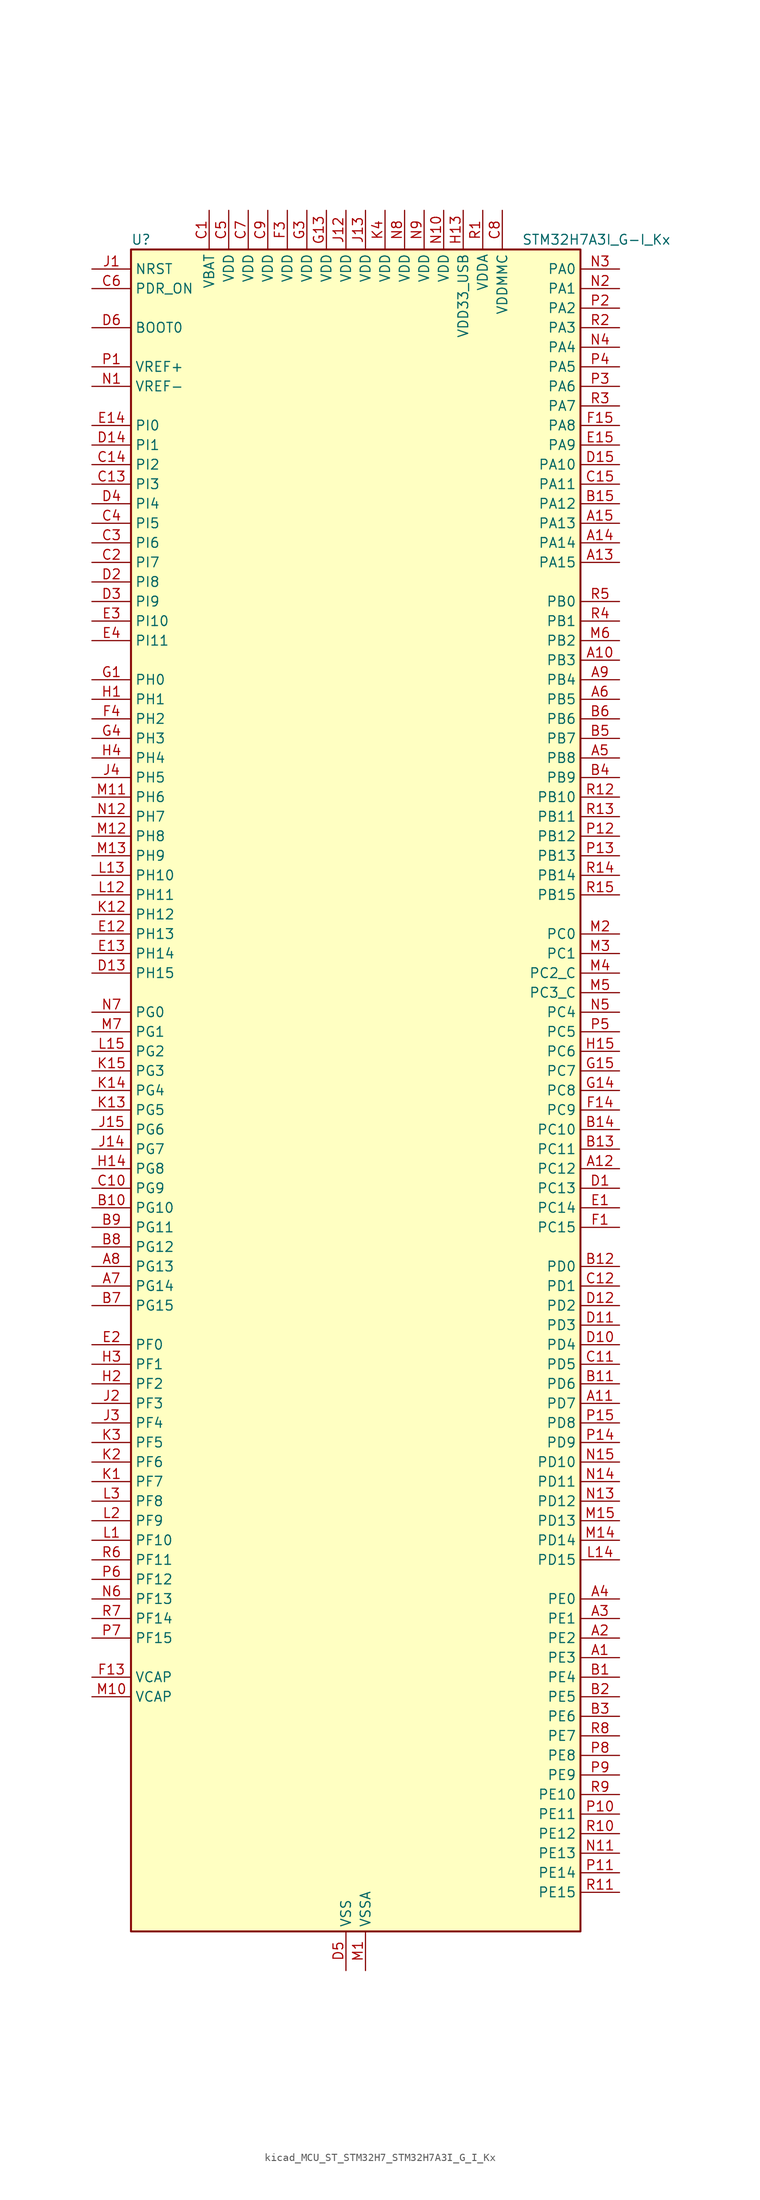
<source format=kicad_sym>
(kicad_symbol_lib
  (version 20220914)
  (generator kicad_symbol_editor)
  (symbol "kicad_MCU_ST_STM32H7_STM32H7A3I_G_I_Kx"
    (property "Reference" "U"
      (at -27.94 110.49 0)
      (effects (font (size 1.27 1.27)) (justify left)))
    (property "Value" "STM32H7A3I_G-I_Kx"
      (at 22.86 110.49 0)
      (effects (font (size 1.27 1.27)) (justify left)))
    (property "ki_locked" ""
      (at 0 0 0)
      (effects (font (size 1.27 1.27))))
    (symbol "kicad_MCU_ST_STM32H7_STM32H7A3I_G_I_Kx_0_1"
      (rectangle (start -27.94 -109.22) (end 30.48 109.22) (stroke (width 0.254) (type default)) (fill (type background))))
    (symbol "kicad_MCU_ST_STM32H7_STM32H7A3I_G_I_Kx_1_1"
      (pin bidirectional line (at 35.56 -73.66 180) (length 5.08) (name "PE3" (effects (font (size 1.27 1.27)))) (number "A1" (effects (font (size 1.27 1.27)))) (alternate "DEBUG_TRACED0" bidirectional line) (alternate "FMC_A19" bidirectional line) (alternate "SAI1_SD_B" bidirectional line) (alternate "TIM15_BKIN" bidirectional line) (alternate "USART10_TX" bidirectional line))
      (pin bidirectional line (at 35.56 55.88 180) (length 5.08) (name "PB3" (effects (font (size 1.27 1.27)))) (number "A10" (effects (font (size 1.27 1.27)))) (alternate "CRS_SYNC" bidirectional line) (alternate "DEBUG_JTDO-SWO" bidirectional line) (alternate "I2S1_CK" bidirectional line) (alternate "I2S3_CK" bidirectional line) (alternate "I2S6_CK" bidirectional line) (alternate "SDMMC2_D2" bidirectional line) (alternate "SPI1_SCK" bidirectional line) (alternate "SPI3_SCK" bidirectional line) (alternate "SPI6_SCK" bidirectional line) (alternate "TIM2_CH2" bidirectional line) (alternate "UART7_RX" bidirectional line))
      (pin bidirectional line (at 35.56 -40.64 180) (length 5.08) (name "PD7" (effects (font (size 1.27 1.27)))) (number "A11" (effects (font (size 1.27 1.27)))) (alternate "DFSDM1_CKIN1" bidirectional line) (alternate "DFSDM1_DATIN4" bidirectional line) (alternate "FMC_NE1" bidirectional line) (alternate "I2S1_SDO" bidirectional line) (alternate "OCTOSPIM_P1_IO7" bidirectional line) (alternate "SDMMC2_CMD" bidirectional line) (alternate "SPDIFRX_IN0" bidirectional line) (alternate "SPI1_MOSI" bidirectional line) (alternate "USART2_CK" bidirectional line))
      (pin bidirectional line (at 35.56 -10.16 180) (length 5.08) (name "PC12" (effects (font (size 1.27 1.27)))) (number "A12" (effects (font (size 1.27 1.27)))) (alternate "DCMI_D9" bidirectional line) (alternate "DEBUG_TRACED3" bidirectional line) (alternate "DFSDM2_CKOUT" bidirectional line) (alternate "I2S3_SDO" bidirectional line) (alternate "I2S6_CK" bidirectional line) (alternate "LTDC_R6" bidirectional line) (alternate "PSSI_D9" bidirectional line) (alternate "SDMMC1_CK" bidirectional line) (alternate "SPI3_MOSI" bidirectional line) (alternate "SPI6_SCK" bidirectional line) (alternate "TIM15_CH1" bidirectional line) (alternate "UART5_TX" bidirectional line) (alternate "USART3_CK" bidirectional line))
      (pin bidirectional line (at 35.56 68.58 180) (length 5.08) (name "PA15" (effects (font (size 1.27 1.27)))) (number "A13" (effects (font (size 1.27 1.27)))) (alternate "ADC1_EXTI15" bidirectional line) (alternate "ADC2_EXTI15" bidirectional line) (alternate "CEC" bidirectional line) (alternate "DEBUG_JTDI" bidirectional line) (alternate "I2S1_WS" bidirectional line) (alternate "I2S3_WS" bidirectional line) (alternate "I2S6_WS" bidirectional line) (alternate "LTDC_B6" bidirectional line) (alternate "LTDC_R3" bidirectional line) (alternate "SPI1_NSS" bidirectional line) (alternate "SPI3_NSS" bidirectional line) (alternate "SPI6_NSS" bidirectional line) (alternate "TIM2_CH1" bidirectional line) (alternate "TIM2_ETR" bidirectional line) (alternate "UART4_DE" bidirectional line) (alternate "UART4_RTS" bidirectional line) (alternate "UART7_TX" bidirectional line))
      (pin bidirectional line (at 35.56 71.12 180) (length 5.08) (name "PA14" (effects (font (size 1.27 1.27)))) (number "A14" (effects (font (size 1.27 1.27)))) (alternate "DEBUG_JTCK-SWCLK" bidirectional line))
      (pin bidirectional line (at 35.56 73.66 180) (length 5.08) (name "PA13" (effects (font (size 1.27 1.27)))) (number "A15" (effects (font (size 1.27 1.27)))) (alternate "DEBUG_JTMS-SWDIO" bidirectional line))
      (pin bidirectional line (at 35.56 -71.12 180) (length 5.08) (name "PE2" (effects (font (size 1.27 1.27)))) (number "A2" (effects (font (size 1.27 1.27)))) (alternate "DEBUG_TRACECLK" bidirectional line) (alternate "FMC_A23" bidirectional line) (alternate "OCTOSPIM_P1_IO2" bidirectional line) (alternate "SAI1_CK1" bidirectional line) (alternate "SAI1_MCLK_A" bidirectional line) (alternate "SPI4_SCK" bidirectional line) (alternate "USART10_RX" bidirectional line))
      (pin bidirectional line (at 35.56 -68.58 180) (length 5.08) (name "PE1" (effects (font (size 1.27 1.27)))) (number "A3" (effects (font (size 1.27 1.27)))) (alternate "DCMI_D3" bidirectional line) (alternate "FMC_NBL1" bidirectional line) (alternate "LPTIM1_IN2" bidirectional line) (alternate "LTDC_R6" bidirectional line) (alternate "PSSI_D3" bidirectional line) (alternate "UART8_TX" bidirectional line))
      (pin bidirectional line (at 35.56 -66.04 180) (length 5.08) (name "PE0" (effects (font (size 1.27 1.27)))) (number "A4" (effects (font (size 1.27 1.27)))) (alternate "DCMI_D2" bidirectional line) (alternate "FMC_NBL0" bidirectional line) (alternate "LPTIM1_ETR" bidirectional line) (alternate "LPTIM2_ETR" bidirectional line) (alternate "LTDC_R0" bidirectional line) (alternate "PSSI_D2" bidirectional line) (alternate "SAI2_MCLK_A" bidirectional line) (alternate "TIM4_ETR" bidirectional line) (alternate "UART8_RX" bidirectional line))
      (pin bidirectional line (at 35.56 43.18 180) (length 5.08) (name "PB8" (effects (font (size 1.27 1.27)))) (number "A5" (effects (font (size 1.27 1.27)))) (alternate "DCMI_D6" bidirectional line) (alternate "DFSDM1_CKIN7" bidirectional line) (alternate "FDCAN1_RX" bidirectional line) (alternate "I2C1_SCL" bidirectional line) (alternate "I2C4_SCL" bidirectional line) (alternate "LTDC_B6" bidirectional line) (alternate "PSSI_D6" bidirectional line) (alternate "SDMMC1_CKIN" bidirectional line) (alternate "SDMMC1_D4" bidirectional line) (alternate "SDMMC2_D4" bidirectional line) (alternate "TIM16_CH1" bidirectional line) (alternate "TIM4_CH3" bidirectional line) (alternate "UART4_RX" bidirectional line))
      (pin bidirectional line (at 35.56 50.8 180) (length 5.08) (name "PB5" (effects (font (size 1.27 1.27)))) (number "A6" (effects (font (size 1.27 1.27)))) (alternate "DCMI_D10" bidirectional line) (alternate "FDCAN2_RX" bidirectional line) (alternate "FMC_SDCKE1" bidirectional line) (alternate "I2C1_SMBA" bidirectional line) (alternate "I2C4_SMBA" bidirectional line) (alternate "I2S1_SDO" bidirectional line) (alternate "I2S3_SDO" bidirectional line) (alternate "I2S6_SDO" bidirectional line) (alternate "LTDC_B5" bidirectional line) (alternate "PSSI_D10" bidirectional line) (alternate "SPI1_MOSI" bidirectional line) (alternate "SPI3_MOSI" bidirectional line) (alternate "SPI6_MOSI" bidirectional line) (alternate "TIM17_BKIN" bidirectional line) (alternate "TIM3_CH2" bidirectional line) (alternate "UART5_RX" bidirectional line) (alternate "USB_OTG_HS_ULPI_D7" bidirectional line))
      (pin bidirectional line (at -33.02 -25.4 0) (length 5.08) (name "PG14" (effects (font (size 1.27 1.27)))) (number "A7" (effects (font (size 1.27 1.27)))) (alternate "DEBUG_TRACED1" bidirectional line) (alternate "FMC_A25" bidirectional line) (alternate "I2S6_SDO" bidirectional line) (alternate "LPTIM1_ETR" bidirectional line) (alternate "LTDC_B0" bidirectional line) (alternate "OCTOSPIM_P1_IO7" bidirectional line) (alternate "SDMMC2_D7" bidirectional line) (alternate "SPI6_MOSI" bidirectional line) (alternate "USART10_DE" bidirectional line) (alternate "USART10_RTS" bidirectional line) (alternate "USART6_TX" bidirectional line))
      (pin bidirectional line (at -33.02 -22.86 0) (length 5.08) (name "PG13" (effects (font (size 1.27 1.27)))) (number "A8" (effects (font (size 1.27 1.27)))) (alternate "DEBUG_TRACED0" bidirectional line) (alternate "FMC_A24" bidirectional line) (alternate "I2S6_CK" bidirectional line) (alternate "LPTIM1_OUT" bidirectional line) (alternate "LTDC_R0" bidirectional line) (alternate "SDMMC2_D6" bidirectional line) (alternate "SPI6_SCK" bidirectional line) (alternate "USART10_CTS" bidirectional line) (alternate "USART10_NSS" bidirectional line) (alternate "USART6_CTS" bidirectional line) (alternate "USART6_NSS" bidirectional line))
      (pin bidirectional line (at 35.56 53.34 180) (length 5.08) (name "PB4" (effects (font (size 1.27 1.27)))) (number "A9" (effects (font (size 1.27 1.27)))) (alternate "DEBUG_JTRST" bidirectional line) (alternate "I2S1_SDI" bidirectional line) (alternate "I2S2_WS" bidirectional line) (alternate "I2S3_SDI" bidirectional line) (alternate "I2S6_SDI" bidirectional line) (alternate "SDMMC2_D3" bidirectional line) (alternate "SPI1_MISO" bidirectional line) (alternate "SPI2_NSS" bidirectional line) (alternate "SPI3_MISO" bidirectional line) (alternate "SPI6_MISO" bidirectional line) (alternate "TIM16_BKIN" bidirectional line) (alternate "TIM3_CH1" bidirectional line) (alternate "UART7_TX" bidirectional line))
      (pin bidirectional line (at 35.56 -76.2 180) (length 5.08) (name "PE4" (effects (font (size 1.27 1.27)))) (number "B1" (effects (font (size 1.27 1.27)))) (alternate "DCMI_D4" bidirectional line) (alternate "DEBUG_TRACED1" bidirectional line) (alternate "DFSDM1_DATIN3" bidirectional line) (alternate "FMC_A20" bidirectional line) (alternate "LTDC_B0" bidirectional line) (alternate "PSSI_D4" bidirectional line) (alternate "SAI1_D2" bidirectional line) (alternate "SAI1_FS_A" bidirectional line) (alternate "SPI4_NSS" bidirectional line) (alternate "TIM15_CH1N" bidirectional line))
      (pin bidirectional line (at -33.02 -15.24 0) (length 5.08) (name "PG10" (effects (font (size 1.27 1.27)))) (number "B10" (effects (font (size 1.27 1.27)))) (alternate "DCMI_D2" bidirectional line) (alternate "FMC_NE3" bidirectional line) (alternate "I2S1_WS" bidirectional line) (alternate "LTDC_B2" bidirectional line) (alternate "LTDC_G3" bidirectional line) (alternate "OCTOSPIM_P2_IO6" bidirectional line) (alternate "PSSI_D2" bidirectional line) (alternate "SAI2_SD_B" bidirectional line) (alternate "SDMMC2_D1" bidirectional line) (alternate "SPI1_NSS" bidirectional line))
      (pin bidirectional line (at 35.56 -38.1 180) (length 5.08) (name "PD6" (effects (font (size 1.27 1.27)))) (number "B11" (effects (font (size 1.27 1.27)))) (alternate "DCMI_D10" bidirectional line) (alternate "DFSDM1_CKIN4" bidirectional line) (alternate "DFSDM1_DATIN1" bidirectional line) (alternate "FMC_NWAIT" bidirectional line) (alternate "I2S3_SDO" bidirectional line) (alternate "LTDC_B2" bidirectional line) (alternate "OCTOSPIM_P1_IO6" bidirectional line) (alternate "PSSI_D10" bidirectional line) (alternate "SAI1_D1" bidirectional line) (alternate "SAI1_SD_A" bidirectional line) (alternate "SDMMC2_CK" bidirectional line) (alternate "SPI3_MOSI" bidirectional line) (alternate "USART2_RX" bidirectional line))
      (pin bidirectional line (at 35.56 -22.86 180) (length 5.08) (name "PD0" (effects (font (size 1.27 1.27)))) (number "B12" (effects (font (size 1.27 1.27)))) (alternate "DFSDM1_CKIN6" bidirectional line) (alternate "FDCAN1_RX" bidirectional line) (alternate "FMC_D2" bidirectional line) (alternate "FMC_DA2" bidirectional line) (alternate "LTDC_B1" bidirectional line) (alternate "UART4_RX" bidirectional line) (alternate "UART9_CTS" bidirectional line))
      (pin bidirectional line (at 35.56 -7.62 180) (length 5.08) (name "PC11" (effects (font (size 1.27 1.27)))) (number "B13" (effects (font (size 1.27 1.27)))) (alternate "ADC1_EXTI11" bidirectional line) (alternate "ADC2_EXTI11" bidirectional line) (alternate "DCMI_D4" bidirectional line) (alternate "DFSDM1_DATIN5" bidirectional line) (alternate "DFSDM2_DATIN0" bidirectional line) (alternate "I2S3_SDI" bidirectional line) (alternate "LTDC_B4" bidirectional line) (alternate "OCTOSPIM_P1_NCS" bidirectional line) (alternate "PSSI_D4" bidirectional line) (alternate "SDMMC1_D3" bidirectional line) (alternate "SPI3_MISO" bidirectional line) (alternate "UART4_RX" bidirectional line) (alternate "USART3_RX" bidirectional line))
      (pin bidirectional line (at 35.56 -5.08 180) (length 5.08) (name "PC10" (effects (font (size 1.27 1.27)))) (number "B14" (effects (font (size 1.27 1.27)))) (alternate "DCMI_D8" bidirectional line) (alternate "DFSDM1_CKIN5" bidirectional line) (alternate "DFSDM2_CKIN0" bidirectional line) (alternate "I2S3_CK" bidirectional line) (alternate "LTDC_B1" bidirectional line) (alternate "LTDC_R2" bidirectional line) (alternate "OCTOSPIM_P1_IO1" bidirectional line) (alternate "PSSI_D8" bidirectional line) (alternate "SDMMC1_D2" bidirectional line) (alternate "SPI3_SCK" bidirectional line) (alternate "SWPMI1_RX" bidirectional line) (alternate "UART4_TX" bidirectional line) (alternate "USART3_TX" bidirectional line))
      (pin bidirectional line (at 35.56 76.2 180) (length 5.08) (name "PA12" (effects (font (size 1.27 1.27)))) (number "B15" (effects (font (size 1.27 1.27)))) (alternate "FDCAN1_TX" bidirectional line) (alternate "I2S2_CK" bidirectional line) (alternate "LPUART1_DE" bidirectional line) (alternate "LPUART1_RTS" bidirectional line) (alternate "LTDC_R5" bidirectional line) (alternate "SAI2_FS_B" bidirectional line) (alternate "SPI2_SCK" bidirectional line) (alternate "TIM1_ETR" bidirectional line) (alternate "UART4_TX" bidirectional line) (alternate "USART1_DE" bidirectional line) (alternate "USART1_RTS" bidirectional line) (alternate "USB_OTG_HS_DP" bidirectional line))
      (pin bidirectional line (at 35.56 -78.74 180) (length 5.08) (name "PE5" (effects (font (size 1.27 1.27)))) (number "B2" (effects (font (size 1.27 1.27)))) (alternate "DCMI_D6" bidirectional line) (alternate "DEBUG_TRACED2" bidirectional line) (alternate "DFSDM1_CKIN3" bidirectional line) (alternate "FMC_A21" bidirectional line) (alternate "LTDC_G0" bidirectional line) (alternate "PSSI_D6" bidirectional line) (alternate "SAI1_CK2" bidirectional line) (alternate "SAI1_SCK_A" bidirectional line) (alternate "SPI4_MISO" bidirectional line) (alternate "TIM15_CH1" bidirectional line))
      (pin bidirectional line (at 35.56 -81.28 180) (length 5.08) (name "PE6" (effects (font (size 1.27 1.27)))) (number "B3" (effects (font (size 1.27 1.27)))) (alternate "DCMI_D7" bidirectional line) (alternate "DEBUG_TRACED3" bidirectional line) (alternate "FMC_A22" bidirectional line) (alternate "LTDC_G1" bidirectional line) (alternate "PSSI_D7" bidirectional line) (alternate "SAI1_D1" bidirectional line) (alternate "SAI1_SD_A" bidirectional line) (alternate "SAI2_MCLK_B" bidirectional line) (alternate "SPI4_MOSI" bidirectional line) (alternate "TIM15_CH2" bidirectional line) (alternate "TIM1_BKIN2" bidirectional line) (alternate "TIM1_BKIN2_COMP1" bidirectional line) (alternate "TIM1_BKIN2_COMP2" bidirectional line))
      (pin bidirectional line (at 35.56 40.64 180) (length 5.08) (name "PB9" (effects (font (size 1.27 1.27)))) (number "B4" (effects (font (size 1.27 1.27)))) (alternate "DAC1_EXTI9" bidirectional line) (alternate "DCMI_D7" bidirectional line) (alternate "DFSDM1_DATIN7" bidirectional line) (alternate "FDCAN1_TX" bidirectional line) (alternate "I2C1_SDA" bidirectional line) (alternate "I2C4_SDA" bidirectional line) (alternate "I2C4_SMBA" bidirectional line) (alternate "I2S2_WS" bidirectional line) (alternate "LTDC_B7" bidirectional line) (alternate "PSSI_D7" bidirectional line) (alternate "SDMMC1_CDIR" bidirectional line) (alternate "SDMMC1_D5" bidirectional line) (alternate "SDMMC2_D5" bidirectional line) (alternate "SPI2_NSS" bidirectional line) (alternate "TIM17_CH1" bidirectional line) (alternate "TIM4_CH4" bidirectional line) (alternate "UART4_TX" bidirectional line))
      (pin bidirectional line (at 35.56 45.72 180) (length 5.08) (name "PB7" (effects (font (size 1.27 1.27)))) (number "B5" (effects (font (size 1.27 1.27)))) (alternate "DCMI_VSYNC" bidirectional line) (alternate "DFSDM1_CKIN5" bidirectional line) (alternate "FMC_NL" bidirectional line) (alternate "I2C1_SDA" bidirectional line) (alternate "I2C4_SDA" bidirectional line) (alternate "LPUART1_RX" bidirectional line) (alternate "PSSI_RDY" bidirectional line) (alternate "PWR_PVD_IN" bidirectional line) (alternate "TIM17_CH1N" bidirectional line) (alternate "TIM4_CH2" bidirectional line) (alternate "USART1_RX" bidirectional line))
      (pin bidirectional line (at 35.56 48.26 180) (length 5.08) (name "PB6" (effects (font (size 1.27 1.27)))) (number "B6" (effects (font (size 1.27 1.27)))) (alternate "CEC" bidirectional line) (alternate "DCMI_D5" bidirectional line) (alternate "DFSDM1_DATIN5" bidirectional line) (alternate "FDCAN2_TX" bidirectional line) (alternate "FMC_SDNE1" bidirectional line) (alternate "I2C1_SCL" bidirectional line) (alternate "I2C4_SCL" bidirectional line) (alternate "LPUART1_TX" bidirectional line) (alternate "OCTOSPIM_P1_NCS" bidirectional line) (alternate "PSSI_D5" bidirectional line) (alternate "TIM16_CH1N" bidirectional line) (alternate "TIM4_CH1" bidirectional line) (alternate "UART5_TX" bidirectional line) (alternate "USART1_TX" bidirectional line))
      (pin bidirectional line (at -33.02 -27.94 0) (length 5.08) (name "PG15" (effects (font (size 1.27 1.27)))) (number "B7" (effects (font (size 1.27 1.27)))) (alternate "ADC1_EXTI15" bidirectional line) (alternate "ADC2_EXTI15" bidirectional line) (alternate "DCMI_D13" bidirectional line) (alternate "FMC_SDNCAS" bidirectional line) (alternate "OCTOSPIM_P2_DQS" bidirectional line) (alternate "PSSI_D13" bidirectional line) (alternate "USART10_CK" bidirectional line) (alternate "USART6_CTS" bidirectional line) (alternate "USART6_NSS" bidirectional line))
      (pin bidirectional line (at -33.02 -20.32 0) (length 5.08) (name "PG12" (effects (font (size 1.27 1.27)))) (number "B8" (effects (font (size 1.27 1.27)))) (alternate "FMC_NE4" bidirectional line) (alternate "I2S6_SDI" bidirectional line) (alternate "LPTIM1_IN1" bidirectional line) (alternate "LTDC_B1" bidirectional line) (alternate "LTDC_B4" bidirectional line) (alternate "OCTOSPIM_P2_NCS" bidirectional line) (alternate "SDMMC2_D3" bidirectional line) (alternate "SPDIFRX_IN1" bidirectional line) (alternate "SPI6_MISO" bidirectional line) (alternate "USART10_TX" bidirectional line) (alternate "USART6_DE" bidirectional line) (alternate "USART6_RTS" bidirectional line))
      (pin bidirectional line (at -33.02 -17.78 0) (length 5.08) (name "PG11" (effects (font (size 1.27 1.27)))) (number "B9" (effects (font (size 1.27 1.27)))) (alternate "ADC1_EXTI11" bidirectional line) (alternate "ADC2_EXTI11" bidirectional line) (alternate "DCMI_D3" bidirectional line) (alternate "I2S1_CK" bidirectional line) (alternate "LPTIM1_IN2" bidirectional line) (alternate "LTDC_B3" bidirectional line) (alternate "OCTOSPIM_P2_IO7" bidirectional line) (alternate "PSSI_D3" bidirectional line) (alternate "SDMMC2_D2" bidirectional line) (alternate "SPDIFRX_IN0" bidirectional line) (alternate "SPI1_SCK" bidirectional line) (alternate "USART10_RX" bidirectional line))
      (pin power_in line (at -17.78 114.3 270) (length 5.08) (name "VBAT" (effects (font (size 1.27 1.27)))) (number "C1" (effects (font (size 1.27 1.27)))))
      (pin bidirectional line (at -33.02 -12.7 0) (length 5.08) (name "PG9" (effects (font (size 1.27 1.27)))) (number "C10" (effects (font (size 1.27 1.27)))) (alternate "DAC1_EXTI9" bidirectional line) (alternate "DCMI_VSYNC" bidirectional line) (alternate "FMC_NCE" bidirectional line) (alternate "FMC_NE2" bidirectional line) (alternate "I2S1_SDI" bidirectional line) (alternate "OCTOSPIM_P1_IO6" bidirectional line) (alternate "PSSI_RDY" bidirectional line) (alternate "SAI2_FS_B" bidirectional line) (alternate "SDMMC2_D0" bidirectional line) (alternate "SPDIFRX_IN3" bidirectional line) (alternate "SPI1_MISO" bidirectional line) (alternate "USART6_RX" bidirectional line))
      (pin bidirectional line (at 35.56 -35.56 180) (length 5.08) (name "PD5" (effects (font (size 1.27 1.27)))) (number "C11" (effects (font (size 1.27 1.27)))) (alternate "FMC_NWE" bidirectional line) (alternate "OCTOSPIM_P1_IO5" bidirectional line) (alternate "USART2_TX" bidirectional line))
      (pin bidirectional line (at 35.56 -25.4 180) (length 5.08) (name "PD1" (effects (font (size 1.27 1.27)))) (number "C12" (effects (font (size 1.27 1.27)))) (alternate "DFSDM1_DATIN6" bidirectional line) (alternate "FDCAN1_TX" bidirectional line) (alternate "FMC_D3" bidirectional line) (alternate "FMC_DA3" bidirectional line) (alternate "UART4_TX" bidirectional line))
      (pin bidirectional line (at -33.02 78.74 0) (length 5.08) (name "PI3" (effects (font (size 1.27 1.27)))) (number "C13" (effects (font (size 1.27 1.27)))) (alternate "DCMI_D10" bidirectional line) (alternate "FMC_D27" bidirectional line) (alternate "I2S2_SDO" bidirectional line) (alternate "PSSI_D10" bidirectional line) (alternate "SPI2_MOSI" bidirectional line) (alternate "TIM8_ETR" bidirectional line))
      (pin bidirectional line (at -33.02 81.28 0) (length 5.08) (name "PI2" (effects (font (size 1.27 1.27)))) (number "C14" (effects (font (size 1.27 1.27)))) (alternate "DCMI_D9" bidirectional line) (alternate "FMC_D26" bidirectional line) (alternate "I2S2_SDI" bidirectional line) (alternate "LTDC_G7" bidirectional line) (alternate "PSSI_D9" bidirectional line) (alternate "SPI2_MISO" bidirectional line) (alternate "TIM8_CH4" bidirectional line))
      (pin bidirectional line (at 35.56 78.74 180) (length 5.08) (name "PA11" (effects (font (size 1.27 1.27)))) (number "C15" (effects (font (size 1.27 1.27)))) (alternate "ADC1_EXTI11" bidirectional line) (alternate "ADC2_EXTI11" bidirectional line) (alternate "FDCAN1_RX" bidirectional line) (alternate "I2S2_WS" bidirectional line) (alternate "LPUART1_CTS" bidirectional line) (alternate "LTDC_R4" bidirectional line) (alternate "SPI2_NSS" bidirectional line) (alternate "TIM1_CH4" bidirectional line) (alternate "UART4_RX" bidirectional line) (alternate "USART1_CTS" bidirectional line) (alternate "USART1_NSS" bidirectional line) (alternate "USB_OTG_HS_DM" bidirectional line))
      (pin bidirectional line (at -33.02 68.58 0) (length 5.08) (name "PI7" (effects (font (size 1.27 1.27)))) (number "C2" (effects (font (size 1.27 1.27)))) (alternate "DCMI_D7" bidirectional line) (alternate "FMC_D29" bidirectional line) (alternate "LTDC_B7" bidirectional line) (alternate "PSSI_D7" bidirectional line) (alternate "SAI2_FS_A" bidirectional line) (alternate "TIM8_CH3" bidirectional line))
      (pin bidirectional line (at -33.02 71.12 0) (length 5.08) (name "PI6" (effects (font (size 1.27 1.27)))) (number "C3" (effects (font (size 1.27 1.27)))) (alternate "DCMI_D6" bidirectional line) (alternate "FMC_D28" bidirectional line) (alternate "LTDC_B6" bidirectional line) (alternate "PSSI_D6" bidirectional line) (alternate "SAI2_SD_A" bidirectional line) (alternate "TIM8_CH2" bidirectional line))
      (pin bidirectional line (at -33.02 73.66 0) (length 5.08) (name "PI5" (effects (font (size 1.27 1.27)))) (number "C4" (effects (font (size 1.27 1.27)))) (alternate "DCMI_VSYNC" bidirectional line) (alternate "FMC_NBL3" bidirectional line) (alternate "LTDC_B5" bidirectional line) (alternate "PSSI_RDY" bidirectional line) (alternate "SAI2_SCK_A" bidirectional line) (alternate "TIM8_CH1" bidirectional line))
      (pin power_in line (at -15.24 114.3 270) (length 5.08) (name "VDD" (effects (font (size 1.27 1.27)))) (number "C5" (effects (font (size 1.27 1.27)))))
      (pin input line (at -33.02 104.14 0) (length 5.08) (name "PDR_ON" (effects (font (size 1.27 1.27)))) (number "C6" (effects (font (size 1.27 1.27)))))
      (pin power_in line (at -12.7 114.3 270) (length 5.08) (name "VDD" (effects (font (size 1.27 1.27)))) (number "C7" (effects (font (size 1.27 1.27)))))
      (pin power_in line (at 20.32 114.3 270) (length 5.08) (name "VDDMMC" (effects (font (size 1.27 1.27)))) (number "C8" (effects (font (size 1.27 1.27)))))
      (pin power_in line (at -10.16 114.3 270) (length 5.08) (name "VDD" (effects (font (size 1.27 1.27)))) (number "C9" (effects (font (size 1.27 1.27)))))
      (pin bidirectional line (at 35.56 -12.7 180) (length 5.08) (name "PC13" (effects (font (size 1.27 1.27)))) (number "D1" (effects (font (size 1.27 1.27)))) (alternate "PWR_WKUP4" bidirectional line) (alternate "RTC_OUT_ALARM" bidirectional line) (alternate "RTC_OUT_CALIB" bidirectional line) (alternate "RTC_TAMP1" bidirectional line) (alternate "RTC_TS" bidirectional line))
      (pin bidirectional line (at 35.56 -33.02 180) (length 5.08) (name "PD4" (effects (font (size 1.27 1.27)))) (number "D10" (effects (font (size 1.27 1.27)))) (alternate "FMC_NOE" bidirectional line) (alternate "OCTOSPIM_P1_IO4" bidirectional line) (alternate "USART2_DE" bidirectional line) (alternate "USART2_RTS" bidirectional line))
      (pin bidirectional line (at 35.56 -30.48 180) (length 5.08) (name "PD3" (effects (font (size 1.27 1.27)))) (number "D11" (effects (font (size 1.27 1.27)))) (alternate "DCMI_D5" bidirectional line) (alternate "DFSDM1_CKOUT" bidirectional line) (alternate "FMC_CLK" bidirectional line) (alternate "I2S2_CK" bidirectional line) (alternate "LTDC_G7" bidirectional line) (alternate "PSSI_D5" bidirectional line) (alternate "SPI2_SCK" bidirectional line) (alternate "USART2_CTS" bidirectional line) (alternate "USART2_NSS" bidirectional line))
      (pin bidirectional line (at 35.56 -27.94 180) (length 5.08) (name "PD2" (effects (font (size 1.27 1.27)))) (number "D12" (effects (font (size 1.27 1.27)))) (alternate "DCMI_D11" bidirectional line) (alternate "DEBUG_TRACED2" bidirectional line) (alternate "LTDC_B2" bidirectional line) (alternate "LTDC_B7" bidirectional line) (alternate "PSSI_D11" bidirectional line) (alternate "SDMMC1_CMD" bidirectional line) (alternate "TIM15_BKIN" bidirectional line) (alternate "TIM3_ETR" bidirectional line) (alternate "UART5_RX" bidirectional line))
      (pin bidirectional line (at -33.02 15.24 0) (length 5.08) (name "PH15" (effects (font (size 1.27 1.27)))) (number "D13" (effects (font (size 1.27 1.27)))) (alternate "ADC1_EXTI15" bidirectional line) (alternate "ADC2_EXTI15" bidirectional line) (alternate "DCMI_D11" bidirectional line) (alternate "FMC_D23" bidirectional line) (alternate "LTDC_G4" bidirectional line) (alternate "PSSI_D11" bidirectional line) (alternate "TIM8_CH3N" bidirectional line))
      (pin bidirectional line (at -33.02 83.82 0) (length 5.08) (name "PI1" (effects (font (size 1.27 1.27)))) (number "D14" (effects (font (size 1.27 1.27)))) (alternate "DCMI_D8" bidirectional line) (alternate "FMC_D25" bidirectional line) (alternate "I2S2_CK" bidirectional line) (alternate "LTDC_G6" bidirectional line) (alternate "PSSI_D8" bidirectional line) (alternate "SPI2_SCK" bidirectional line) (alternate "TIM8_BKIN2" bidirectional line) (alternate "TIM8_BKIN2_COMP1" bidirectional line) (alternate "TIM8_BKIN2_COMP2" bidirectional line))
      (pin bidirectional line (at 35.56 81.28 180) (length 5.08) (name "PA10" (effects (font (size 1.27 1.27)))) (number "D15" (effects (font (size 1.27 1.27)))) (alternate "DCMI_D1" bidirectional line) (alternate "LPUART1_RX" bidirectional line) (alternate "LTDC_B1" bidirectional line) (alternate "LTDC_B4" bidirectional line) (alternate "MDIOS_MDIO" bidirectional line) (alternate "PSSI_D1" bidirectional line) (alternate "TIM1_CH3" bidirectional line) (alternate "USART1_RX" bidirectional line) (alternate "USB_OTG_HS_ID" bidirectional line))
      (pin bidirectional line (at -33.02 66.04 0) (length 5.08) (name "PI8" (effects (font (size 1.27 1.27)))) (number "D2" (effects (font (size 1.27 1.27)))) (alternate "PWR_WKUP3" bidirectional line) (alternate "RTC_OUT_ALARM" bidirectional line) (alternate "RTC_TAMP2" bidirectional line))
      (pin bidirectional line (at -33.02 63.5 0) (length 5.08) (name "PI9" (effects (font (size 1.27 1.27)))) (number "D3" (effects (font (size 1.27 1.27)))) (alternate "DAC1_EXTI9" bidirectional line) (alternate "FDCAN1_RX" bidirectional line) (alternate "FMC_D30" bidirectional line) (alternate "LTDC_VSYNC" bidirectional line) (alternate "OCTOSPIM_P2_IO0" bidirectional line) (alternate "UART4_RX" bidirectional line))
      (pin bidirectional line (at -33.02 76.2 0) (length 5.08) (name "PI4" (effects (font (size 1.27 1.27)))) (number "D4" (effects (font (size 1.27 1.27)))) (alternate "DCMI_D5" bidirectional line) (alternate "FMC_NBL2" bidirectional line) (alternate "LTDC_B4" bidirectional line) (alternate "PSSI_D5" bidirectional line) (alternate "SAI2_MCLK_A" bidirectional line) (alternate "TIM8_BKIN" bidirectional line) (alternate "TIM8_BKIN_COMP1" bidirectional line) (alternate "TIM8_BKIN_COMP2" bidirectional line))
      (pin power_in line (at 0 -114.3 90) (length 5.08) (name "VSS" (effects (font (size 1.27 1.27)))) (number "D5" (effects (font (size 1.27 1.27)))))
      (pin input line (at -33.02 99.06 0) (length 5.08) (name "BOOT0" (effects (font (size 1.27 1.27)))) (number "D6" (effects (font (size 1.27 1.27)))))
      (pin passive line (at 0 -114.3 90) (length 5.08) hide (name "VSS" (effects (font (size 1.27 1.27)))) (number "D7" (effects (font (size 1.27 1.27)))))
      (pin passive line (at 0 -114.3 90) (length 5.08) hide (name "VSS" (effects (font (size 1.27 1.27)))) (number "D8" (effects (font (size 1.27 1.27)))))
      (pin passive line (at 0 -114.3 90) (length 5.08) hide (name "VSS" (effects (font (size 1.27 1.27)))) (number "D9" (effects (font (size 1.27 1.27)))))
      (pin bidirectional line (at 35.56 -15.24 180) (length 5.08) (name "PC14" (effects (font (size 1.27 1.27)))) (number "E1" (effects (font (size 1.27 1.27)))) (alternate "RCC_OSC32_IN" bidirectional line))
      (pin bidirectional line (at -33.02 20.32 0) (length 5.08) (name "PH13" (effects (font (size 1.27 1.27)))) (number "E12" (effects (font (size 1.27 1.27)))) (alternate "FDCAN1_TX" bidirectional line) (alternate "FMC_D21" bidirectional line) (alternate "LTDC_G2" bidirectional line) (alternate "TIM8_CH1N" bidirectional line) (alternate "UART4_TX" bidirectional line))
      (pin bidirectional line (at -33.02 17.78 0) (length 5.08) (name "PH14" (effects (font (size 1.27 1.27)))) (number "E13" (effects (font (size 1.27 1.27)))) (alternate "DCMI_D4" bidirectional line) (alternate "FDCAN1_RX" bidirectional line) (alternate "FMC_D22" bidirectional line) (alternate "LTDC_G3" bidirectional line) (alternate "PSSI_D4" bidirectional line) (alternate "TIM8_CH2N" bidirectional line) (alternate "UART4_RX" bidirectional line))
      (pin bidirectional line (at -33.02 86.36 0) (length 5.08) (name "PI0" (effects (font (size 1.27 1.27)))) (number "E14" (effects (font (size 1.27 1.27)))) (alternate "DCMI_D13" bidirectional line) (alternate "FMC_D24" bidirectional line) (alternate "I2S2_WS" bidirectional line) (alternate "LTDC_G5" bidirectional line) (alternate "PSSI_D13" bidirectional line) (alternate "SPI2_NSS" bidirectional line) (alternate "TIM5_CH4" bidirectional line))
      (pin bidirectional line (at 35.56 83.82 180) (length 5.08) (name "PA9" (effects (font (size 1.27 1.27)))) (number "E15" (effects (font (size 1.27 1.27)))) (alternate "DAC1_EXTI9" bidirectional line) (alternate "DCMI_D0" bidirectional line) (alternate "I2C3_SMBA" bidirectional line) (alternate "I2S2_CK" bidirectional line) (alternate "LPUART1_TX" bidirectional line) (alternate "LTDC_R5" bidirectional line) (alternate "PSSI_D0" bidirectional line) (alternate "SPI2_SCK" bidirectional line) (alternate "TIM1_CH2" bidirectional line) (alternate "USART1_TX" bidirectional line) (alternate "USB_OTG_HS_VBUS" bidirectional line))
      (pin bidirectional line (at -33.02 -33.02 0) (length 5.08) (name "PF0" (effects (font (size 1.27 1.27)))) (number "E2" (effects (font (size 1.27 1.27)))) (alternate "FMC_A0" bidirectional line) (alternate "I2C2_SDA" bidirectional line) (alternate "OCTOSPIM_P2_IO0" bidirectional line))
      (pin bidirectional line (at -33.02 60.96 0) (length 5.08) (name "PI10" (effects (font (size 1.27 1.27)))) (number "E3" (effects (font (size 1.27 1.27)))) (alternate "FMC_D31" bidirectional line) (alternate "LTDC_HSYNC" bidirectional line) (alternate "OCTOSPIM_P2_IO1" bidirectional line) (alternate "PSSI_D14" bidirectional line))
      (pin bidirectional line (at -33.02 58.42 0) (length 5.08) (name "PI11" (effects (font (size 1.27 1.27)))) (number "E4" (effects (font (size 1.27 1.27)))) (alternate "ADC1_EXTI11" bidirectional line) (alternate "ADC2_EXTI11" bidirectional line) (alternate "LTDC_G6" bidirectional line) (alternate "OCTOSPIM_P2_IO2" bidirectional line) (alternate "PSSI_D15" bidirectional line) (alternate "PWR_WKUP5" bidirectional line) (alternate "USB_OTG_HS_ULPI_DIR" bidirectional line))
      (pin bidirectional line (at 35.56 -17.78 180) (length 5.08) (name "PC15" (effects (font (size 1.27 1.27)))) (number "F1" (effects (font (size 1.27 1.27)))) (alternate "ADC1_EXTI15" bidirectional line) (alternate "ADC2_EXTI15" bidirectional line) (alternate "RCC_OSC32_OUT" bidirectional line))
      (pin passive line (at 0 -114.3 90) (length 5.08) hide (name "VSS" (effects (font (size 1.27 1.27)))) (number "F10" (effects (font (size 1.27 1.27)))))
      (pin passive line (at 0 -114.3 90) (length 5.08) hide (name "VSS" (effects (font (size 1.27 1.27)))) (number "F12" (effects (font (size 1.27 1.27)))))
      (pin power_out line (at -33.02 -76.2 0) (length 5.08) (name "VCAP" (effects (font (size 1.27 1.27)))) (number "F13" (effects (font (size 1.27 1.27)))))
      (pin bidirectional line (at 35.56 -2.54 180) (length 5.08) (name "PC9" (effects (font (size 1.27 1.27)))) (number "F14" (effects (font (size 1.27 1.27)))) (alternate "DAC1_EXTI9" bidirectional line) (alternate "DCMI_D3" bidirectional line) (alternate "I2C3_SDA" bidirectional line) (alternate "I2S_CKIN" bidirectional line) (alternate "LTDC_B2" bidirectional line) (alternate "LTDC_G3" bidirectional line) (alternate "OCTOSPIM_P1_IO0" bidirectional line) (alternate "PSSI_D3" bidirectional line) (alternate "RCC_MCO_2" bidirectional line) (alternate "SDMMC1_D1" bidirectional line) (alternate "SWPMI1_SUSPEND" bidirectional line) (alternate "TIM3_CH4" bidirectional line) (alternate "TIM8_CH4" bidirectional line) (alternate "UART5_CTS" bidirectional line))
      (pin bidirectional line (at 35.56 86.36 180) (length 5.08) (name "PA8" (effects (font (size 1.27 1.27)))) (number "F15" (effects (font (size 1.27 1.27)))) (alternate "I2C3_SCL" bidirectional line) (alternate "LTDC_B3" bidirectional line) (alternate "LTDC_R6" bidirectional line) (alternate "RCC_MCO_1" bidirectional line) (alternate "TIM1_CH1" bidirectional line) (alternate "TIM8_BKIN2" bidirectional line) (alternate "TIM8_BKIN2_COMP1" bidirectional line) (alternate "TIM8_BKIN2_COMP2" bidirectional line) (alternate "UART7_RX" bidirectional line) (alternate "USART1_CK" bidirectional line) (alternate "USB_OTG_HS_SOF" bidirectional line))
      (pin passive line (at 0 -114.3 90) (length 5.08) hide (name "VSS" (effects (font (size 1.27 1.27)))) (number "F2" (effects (font (size 1.27 1.27)))))
      (pin power_in line (at -7.62 114.3 270) (length 5.08) (name "VDD" (effects (font (size 1.27 1.27)))) (number "F3" (effects (font (size 1.27 1.27)))))
      (pin bidirectional line (at -33.02 48.26 0) (length 5.08) (name "PH2" (effects (font (size 1.27 1.27)))) (number "F4" (effects (font (size 1.27 1.27)))) (alternate "FMC_SDCKE0" bidirectional line) (alternate "LPTIM1_IN2" bidirectional line) (alternate "LTDC_R0" bidirectional line) (alternate "OCTOSPIM_P1_IO4" bidirectional line) (alternate "SAI2_SCK_B" bidirectional line))
      (pin passive line (at 0 -114.3 90) (length 5.08) hide (name "VSS" (effects (font (size 1.27 1.27)))) (number "F6" (effects (font (size 1.27 1.27)))))
      (pin passive line (at 0 -114.3 90) (length 5.08) hide (name "VSS" (effects (font (size 1.27 1.27)))) (number "F7" (effects (font (size 1.27 1.27)))))
      (pin passive line (at 0 -114.3 90) (length 5.08) hide (name "VSS" (effects (font (size 1.27 1.27)))) (number "F8" (effects (font (size 1.27 1.27)))))
      (pin passive line (at 0 -114.3 90) (length 5.08) hide (name "VSS" (effects (font (size 1.27 1.27)))) (number "F9" (effects (font (size 1.27 1.27)))))
      (pin bidirectional line (at -33.02 53.34 0) (length 5.08) (name "PH0" (effects (font (size 1.27 1.27)))) (number "G1" (effects (font (size 1.27 1.27)))) (alternate "RCC_OSC_IN" bidirectional line))
      (pin passive line (at 0 -114.3 90) (length 5.08) hide (name "VSS" (effects (font (size 1.27 1.27)))) (number "G10" (effects (font (size 1.27 1.27)))))
      (pin passive line (at 0 -114.3 90) (length 5.08) hide (name "VSS" (effects (font (size 1.27 1.27)))) (number "G12" (effects (font (size 1.27 1.27)))))
      (pin power_in line (at -2.54 114.3 270) (length 5.08) (name "VDD" (effects (font (size 1.27 1.27)))) (number "G13" (effects (font (size 1.27 1.27)))))
      (pin bidirectional line (at 35.56 0 180) (length 5.08) (name "PC8" (effects (font (size 1.27 1.27)))) (number "G14" (effects (font (size 1.27 1.27)))) (alternate "DCMI_D2" bidirectional line) (alternate "DEBUG_TRACED1" bidirectional line) (alternate "FMC_INT" bidirectional line) (alternate "FMC_NCE" bidirectional line) (alternate "FMC_NE2" bidirectional line) (alternate "PSSI_D2" bidirectional line) (alternate "SDMMC1_D0" bidirectional line) (alternate "SWPMI1_RX" bidirectional line) (alternate "TIM3_CH3" bidirectional line) (alternate "TIM8_CH3" bidirectional line) (alternate "UART5_DE" bidirectional line) (alternate "UART5_RTS" bidirectional line) (alternate "USART6_CK" bidirectional line))
      (pin bidirectional line (at 35.56 2.54 180) (length 5.08) (name "PC7" (effects (font (size 1.27 1.27)))) (number "G15" (effects (font (size 1.27 1.27)))) (alternate "DCMI_D1" bidirectional line) (alternate "DEBUG_TRGIO" bidirectional line) (alternate "DFSDM1_DATIN3" bidirectional line) (alternate "FMC_NE1" bidirectional line) (alternate "I2S3_MCK" bidirectional line) (alternate "LTDC_G6" bidirectional line) (alternate "PSSI_D1" bidirectional line) (alternate "SDMMC1_D123DIR" bidirectional line) (alternate "SDMMC1_D7" bidirectional line) (alternate "SDMMC2_D7" bidirectional line) (alternate "SWPMI1_TX" bidirectional line) (alternate "TIM3_CH2" bidirectional line) (alternate "TIM8_CH2" bidirectional line) (alternate "USART6_RX" bidirectional line))
      (pin passive line (at 0 -114.3 90) (length 5.08) hide (name "VSS" (effects (font (size 1.27 1.27)))) (number "G2" (effects (font (size 1.27 1.27)))))
      (pin power_in line (at -5.08 114.3 270) (length 5.08) (name "VDD" (effects (font (size 1.27 1.27)))) (number "G3" (effects (font (size 1.27 1.27)))))
      (pin bidirectional line (at -33.02 45.72 0) (length 5.08) (name "PH3" (effects (font (size 1.27 1.27)))) (number "G4" (effects (font (size 1.27 1.27)))) (alternate "FMC_SDNE0" bidirectional line) (alternate "LTDC_R1" bidirectional line) (alternate "OCTOSPIM_P1_IO5" bidirectional line) (alternate "SAI2_MCLK_B" bidirectional line))
      (pin passive line (at 0 -114.3 90) (length 5.08) hide (name "VSS" (effects (font (size 1.27 1.27)))) (number "G6" (effects (font (size 1.27 1.27)))))
      (pin passive line (at 0 -114.3 90) (length 5.08) hide (name "VSS" (effects (font (size 1.27 1.27)))) (number "G7" (effects (font (size 1.27 1.27)))))
      (pin passive line (at 0 -114.3 90) (length 5.08) hide (name "VSS" (effects (font (size 1.27 1.27)))) (number "G8" (effects (font (size 1.27 1.27)))))
      (pin passive line (at 0 -114.3 90) (length 5.08) hide (name "VSS" (effects (font (size 1.27 1.27)))) (number "G9" (effects (font (size 1.27 1.27)))))
      (pin bidirectional line (at -33.02 50.8 0) (length 5.08) (name "PH1" (effects (font (size 1.27 1.27)))) (number "H1" (effects (font (size 1.27 1.27)))) (alternate "RCC_OSC_OUT" bidirectional line))
      (pin passive line (at 0 -114.3 90) (length 5.08) hide (name "VSS" (effects (font (size 1.27 1.27)))) (number "H10" (effects (font (size 1.27 1.27)))))
      (pin passive line (at 0 -114.3 90) (length 5.08) hide (name "VSS" (effects (font (size 1.27 1.27)))) (number "H12" (effects (font (size 1.27 1.27)))))
      (pin power_in line (at 15.24 114.3 270) (length 5.08) (name "VDD33_USB" (effects (font (size 1.27 1.27)))) (number "H13" (effects (font (size 1.27 1.27)))))
      (pin bidirectional line (at -33.02 -10.16 0) (length 5.08) (name "PG8" (effects (font (size 1.27 1.27)))) (number "H14" (effects (font (size 1.27 1.27)))) (alternate "FMC_SDCLK" bidirectional line) (alternate "I2S6_WS" bidirectional line) (alternate "LTDC_G7" bidirectional line) (alternate "SPDIFRX_IN2" bidirectional line) (alternate "SPI6_NSS" bidirectional line) (alternate "TIM8_ETR" bidirectional line) (alternate "USART6_DE" bidirectional line) (alternate "USART6_RTS" bidirectional line))
      (pin bidirectional line (at 35.56 5.08 180) (length 5.08) (name "PC6" (effects (font (size 1.27 1.27)))) (number "H15" (effects (font (size 1.27 1.27)))) (alternate "DCMI_D0" bidirectional line) (alternate "DFSDM1_CKIN3" bidirectional line) (alternate "FMC_NWAIT" bidirectional line) (alternate "I2S2_MCK" bidirectional line) (alternate "LTDC_HSYNC" bidirectional line) (alternate "PSSI_D0" bidirectional line) (alternate "SDMMC1_D0DIR" bidirectional line) (alternate "SDMMC1_D6" bidirectional line) (alternate "SDMMC2_D6" bidirectional line) (alternate "SWPMI1_IO" bidirectional line) (alternate "TIM3_CH1" bidirectional line) (alternate "TIM8_CH1" bidirectional line) (alternate "USART6_TX" bidirectional line))
      (pin bidirectional line (at -33.02 -38.1 0) (length 5.08) (name "PF2" (effects (font (size 1.27 1.27)))) (number "H2" (effects (font (size 1.27 1.27)))) (alternate "FMC_A2" bidirectional line) (alternate "I2C2_SMBA" bidirectional line) (alternate "OCTOSPIM_P2_IO2" bidirectional line))
      (pin bidirectional line (at -33.02 -35.56 0) (length 5.08) (name "PF1" (effects (font (size 1.27 1.27)))) (number "H3" (effects (font (size 1.27 1.27)))) (alternate "FMC_A1" bidirectional line) (alternate "I2C2_SCL" bidirectional line) (alternate "OCTOSPIM_P2_IO1" bidirectional line))
      (pin bidirectional line (at -33.02 43.18 0) (length 5.08) (name "PH4" (effects (font (size 1.27 1.27)))) (number "H4" (effects (font (size 1.27 1.27)))) (alternate "I2C2_SCL" bidirectional line) (alternate "LTDC_G4" bidirectional line) (alternate "LTDC_G5" bidirectional line) (alternate "PSSI_D14" bidirectional line) (alternate "USB_OTG_HS_ULPI_NXT" bidirectional line))
      (pin passive line (at 0 -114.3 90) (length 5.08) hide (name "VSS" (effects (font (size 1.27 1.27)))) (number "H6" (effects (font (size 1.27 1.27)))))
      (pin passive line (at 0 -114.3 90) (length 5.08) hide (name "VSS" (effects (font (size 1.27 1.27)))) (number "H7" (effects (font (size 1.27 1.27)))))
      (pin passive line (at 0 -114.3 90) (length 5.08) hide (name "VSS" (effects (font (size 1.27 1.27)))) (number "H8" (effects (font (size 1.27 1.27)))))
      (pin passive line (at 0 -114.3 90) (length 5.08) hide (name "VSS" (effects (font (size 1.27 1.27)))) (number "H9" (effects (font (size 1.27 1.27)))))
      (pin input line (at -33.02 106.68 0) (length 5.08) (name "NRST" (effects (font (size 1.27 1.27)))) (number "J1" (effects (font (size 1.27 1.27)))))
      (pin passive line (at 0 -114.3 90) (length 5.08) hide (name "VSS" (effects (font (size 1.27 1.27)))) (number "J10" (effects (font (size 1.27 1.27)))))
      (pin power_in line (at 0 114.3 270) (length 5.08) (name "VDD" (effects (font (size 1.27 1.27)))) (number "J12" (effects (font (size 1.27 1.27)))))
      (pin power_in line (at 2.54 114.3 270) (length 5.08) (name "VDD" (effects (font (size 1.27 1.27)))) (number "J13" (effects (font (size 1.27 1.27)))))
      (pin bidirectional line (at -33.02 -7.62 0) (length 5.08) (name "PG7" (effects (font (size 1.27 1.27)))) (number "J14" (effects (font (size 1.27 1.27)))) (alternate "DCMI_D13" bidirectional line) (alternate "FMC_INT" bidirectional line) (alternate "LTDC_CLK" bidirectional line) (alternate "OCTOSPIM_P2_DQS" bidirectional line) (alternate "PSSI_D13" bidirectional line) (alternate "SAI1_MCLK_A" bidirectional line) (alternate "USART6_CK" bidirectional line))
      (pin bidirectional line (at -33.02 -5.08 0) (length 5.08) (name "PG6" (effects (font (size 1.27 1.27)))) (number "J15" (effects (font (size 1.27 1.27)))) (alternate "DCMI_D12" bidirectional line) (alternate "FMC_NE3" bidirectional line) (alternate "LTDC_R7" bidirectional line) (alternate "OCTOSPIM_P1_NCS" bidirectional line) (alternate "PSSI_D12" bidirectional line) (alternate "TIM17_BKIN" bidirectional line))
      (pin bidirectional line (at -33.02 -40.64 0) (length 5.08) (name "PF3" (effects (font (size 1.27 1.27)))) (number "J2" (effects (font (size 1.27 1.27)))) (alternate "FMC_A3" bidirectional line) (alternate "OCTOSPIM_P2_IO3" bidirectional line))
      (pin bidirectional line (at -33.02 -43.18 0) (length 5.08) (name "PF4" (effects (font (size 1.27 1.27)))) (number "J3" (effects (font (size 1.27 1.27)))) (alternate "FMC_A4" bidirectional line) (alternate "OCTOSPIM_P2_CLK" bidirectional line))
      (pin bidirectional line (at -33.02 40.64 0) (length 5.08) (name "PH5" (effects (font (size 1.27 1.27)))) (number "J4" (effects (font (size 1.27 1.27)))) (alternate "FMC_SDNWE" bidirectional line) (alternate "I2C2_SDA" bidirectional line) (alternate "SPI5_NSS" bidirectional line))
      (pin passive line (at 0 -114.3 90) (length 5.08) hide (name "VSS" (effects (font (size 1.27 1.27)))) (number "J6" (effects (font (size 1.27 1.27)))))
      (pin passive line (at 0 -114.3 90) (length 5.08) hide (name "VSS" (effects (font (size 1.27 1.27)))) (number "J7" (effects (font (size 1.27 1.27)))))
      (pin passive line (at 0 -114.3 90) (length 5.08) hide (name "VSS" (effects (font (size 1.27 1.27)))) (number "J8" (effects (font (size 1.27 1.27)))))
      (pin passive line (at 0 -114.3 90) (length 5.08) hide (name "VSS" (effects (font (size 1.27 1.27)))) (number "J9" (effects (font (size 1.27 1.27)))))
      (pin bidirectional line (at -33.02 -50.8 0) (length 5.08) (name "PF7" (effects (font (size 1.27 1.27)))) (number "K1" (effects (font (size 1.27 1.27)))) (alternate "OCTOSPIM_P1_IO2" bidirectional line) (alternate "SAI1_MCLK_B" bidirectional line) (alternate "SPI5_SCK" bidirectional line) (alternate "TIM17_CH1" bidirectional line) (alternate "UART7_TX" bidirectional line))
      (pin passive line (at 0 -114.3 90) (length 5.08) hide (name "VSS" (effects (font (size 1.27 1.27)))) (number "K10" (effects (font (size 1.27 1.27)))))
      (pin bidirectional line (at -33.02 22.86 0) (length 5.08) (name "PH12" (effects (font (size 1.27 1.27)))) (number "K12" (effects (font (size 1.27 1.27)))) (alternate "DCMI_D3" bidirectional line) (alternate "FMC_D20" bidirectional line) (alternate "I2C4_SDA" bidirectional line) (alternate "LTDC_R6" bidirectional line) (alternate "PSSI_D3" bidirectional line) (alternate "TIM5_CH3" bidirectional line))
      (pin bidirectional line (at -33.02 -2.54 0) (length 5.08) (name "PG5" (effects (font (size 1.27 1.27)))) (number "K13" (effects (font (size 1.27 1.27)))) (alternate "FMC_A15" bidirectional line) (alternate "FMC_BA1" bidirectional line) (alternate "TIM1_ETR" bidirectional line))
      (pin bidirectional line (at -33.02 0 0) (length 5.08) (name "PG4" (effects (font (size 1.27 1.27)))) (number "K14" (effects (font (size 1.27 1.27)))) (alternate "FMC_A14" bidirectional line) (alternate "FMC_BA0" bidirectional line) (alternate "TIM1_BKIN2" bidirectional line) (alternate "TIM1_BKIN2_COMP1" bidirectional line) (alternate "TIM1_BKIN2_COMP2" bidirectional line))
      (pin bidirectional line (at -33.02 2.54 0) (length 5.08) (name "PG3" (effects (font (size 1.27 1.27)))) (number "K15" (effects (font (size 1.27 1.27)))) (alternate "FMC_A13" bidirectional line) (alternate "TIM8_BKIN2" bidirectional line) (alternate "TIM8_BKIN2_COMP1" bidirectional line) (alternate "TIM8_BKIN2_COMP2" bidirectional line))
      (pin bidirectional line (at -33.02 -48.26 0) (length 5.08) (name "PF6" (effects (font (size 1.27 1.27)))) (number "K2" (effects (font (size 1.27 1.27)))) (alternate "OCTOSPIM_P1_IO3" bidirectional line) (alternate "SAI1_SD_B" bidirectional line) (alternate "SPI5_NSS" bidirectional line) (alternate "TIM16_CH1" bidirectional line) (alternate "UART7_RX" bidirectional line))
      (pin bidirectional line (at -33.02 -45.72 0) (length 5.08) (name "PF5" (effects (font (size 1.27 1.27)))) (number "K3" (effects (font (size 1.27 1.27)))) (alternate "FMC_A5" bidirectional line) (alternate "OCTOSPIM_P2_NCLK" bidirectional line))
      (pin power_in line (at 5.08 114.3 270) (length 5.08) (name "VDD" (effects (font (size 1.27 1.27)))) (number "K4" (effects (font (size 1.27 1.27)))))
      (pin passive line (at 0 -114.3 90) (length 5.08) hide (name "VSS" (effects (font (size 1.27 1.27)))) (number "K6" (effects (font (size 1.27 1.27)))))
      (pin passive line (at 0 -114.3 90) (length 5.08) hide (name "VSS" (effects (font (size 1.27 1.27)))) (number "K7" (effects (font (size 1.27 1.27)))))
      (pin passive line (at 0 -114.3 90) (length 5.08) hide (name "VSS" (effects (font (size 1.27 1.27)))) (number "K8" (effects (font (size 1.27 1.27)))))
      (pin passive line (at 0 -114.3 90) (length 5.08) hide (name "VSS" (effects (font (size 1.27 1.27)))) (number "K9" (effects (font (size 1.27 1.27)))))
      (pin bidirectional line (at -33.02 -58.42 0) (length 5.08) (name "PF10" (effects (font (size 1.27 1.27)))) (number "L1" (effects (font (size 1.27 1.27)))) (alternate "DCMI_D11" bidirectional line) (alternate "LTDC_DE" bidirectional line) (alternate "OCTOSPIM_P1_CLK" bidirectional line) (alternate "PSSI_D11" bidirectional line) (alternate "PSSI_D15" bidirectional line) (alternate "SAI1_D3" bidirectional line) (alternate "TIM16_BKIN" bidirectional line))
      (pin bidirectional line (at -33.02 25.4 0) (length 5.08) (name "PH11" (effects (font (size 1.27 1.27)))) (number "L12" (effects (font (size 1.27 1.27)))) (alternate "ADC1_EXTI11" bidirectional line) (alternate "ADC2_EXTI11" bidirectional line) (alternate "DCMI_D2" bidirectional line) (alternate "FMC_D19" bidirectional line) (alternate "I2C4_SCL" bidirectional line) (alternate "LTDC_R5" bidirectional line) (alternate "PSSI_D2" bidirectional line) (alternate "TIM5_CH2" bidirectional line))
      (pin bidirectional line (at -33.02 27.94 0) (length 5.08) (name "PH10" (effects (font (size 1.27 1.27)))) (number "L13" (effects (font (size 1.27 1.27)))) (alternate "DCMI_D1" bidirectional line) (alternate "FMC_D18" bidirectional line) (alternate "I2C4_SMBA" bidirectional line) (alternate "LTDC_R4" bidirectional line) (alternate "PSSI_D1" bidirectional line) (alternate "TIM5_CH1" bidirectional line))
      (pin bidirectional line (at 35.56 -60.96 180) (length 5.08) (name "PD15" (effects (font (size 1.27 1.27)))) (number "L14" (effects (font (size 1.27 1.27)))) (alternate "ADC1_EXTI15" bidirectional line) (alternate "ADC2_EXTI15" bidirectional line) (alternate "FMC_D1" bidirectional line) (alternate "FMC_DA1" bidirectional line) (alternate "TIM4_CH4" bidirectional line) (alternate "UART8_DE" bidirectional line) (alternate "UART8_RTS" bidirectional line) (alternate "UART9_TX" bidirectional line))
      (pin bidirectional line (at -33.02 5.08 0) (length 5.08) (name "PG2" (effects (font (size 1.27 1.27)))) (number "L15" (effects (font (size 1.27 1.27)))) (alternate "FMC_A12" bidirectional line) (alternate "TIM8_BKIN" bidirectional line) (alternate "TIM8_BKIN_COMP1" bidirectional line) (alternate "TIM8_BKIN_COMP2" bidirectional line))
      (pin bidirectional line (at -33.02 -55.88 0) (length 5.08) (name "PF9" (effects (font (size 1.27 1.27)))) (number "L2" (effects (font (size 1.27 1.27)))) (alternate "DAC1_EXTI9" bidirectional line) (alternate "OCTOSPIM_P1_IO1" bidirectional line) (alternate "SAI1_FS_B" bidirectional line) (alternate "SPI5_MOSI" bidirectional line) (alternate "TIM14_CH1" bidirectional line) (alternate "TIM17_CH1N" bidirectional line) (alternate "UART7_CTS" bidirectional line))
      (pin bidirectional line (at -33.02 -53.34 0) (length 5.08) (name "PF8" (effects (font (size 1.27 1.27)))) (number "L3" (effects (font (size 1.27 1.27)))) (alternate "OCTOSPIM_P1_IO0" bidirectional line) (alternate "SAI1_SCK_B" bidirectional line) (alternate "SPI5_MISO" bidirectional line) (alternate "TIM13_CH1" bidirectional line) (alternate "TIM16_CH1N" bidirectional line) (alternate "UART7_DE" bidirectional line) (alternate "UART7_RTS" bidirectional line))
      (pin passive line (at 0 -114.3 90) (length 5.08) hide (name "VSS" (effects (font (size 1.27 1.27)))) (number "L4" (effects (font (size 1.27 1.27)))))
      (pin power_in line (at 2.54 -114.3 90) (length 5.08) (name "VSSA" (effects (font (size 1.27 1.27)))) (number "M1" (effects (font (size 1.27 1.27)))))
      (pin power_out line (at -33.02 -78.74 0) (length 5.08) (name "VCAP" (effects (font (size 1.27 1.27)))) (number "M10" (effects (font (size 1.27 1.27)))))
      (pin bidirectional line (at -33.02 38.1 0) (length 5.08) (name "PH6" (effects (font (size 1.27 1.27)))) (number "M11" (effects (font (size 1.27 1.27)))) (alternate "DCMI_D8" bidirectional line) (alternate "FMC_SDNE1" bidirectional line) (alternate "I2C2_SMBA" bidirectional line) (alternate "PSSI_D8" bidirectional line) (alternate "SPI5_SCK" bidirectional line) (alternate "TIM12_CH1" bidirectional line))
      (pin bidirectional line (at -33.02 33.02 0) (length 5.08) (name "PH8" (effects (font (size 1.27 1.27)))) (number "M12" (effects (font (size 1.27 1.27)))) (alternate "DCMI_HSYNC" bidirectional line) (alternate "FMC_D16" bidirectional line) (alternate "I2C3_SDA" bidirectional line) (alternate "LTDC_R2" bidirectional line) (alternate "PSSI_DE" bidirectional line) (alternate "TIM5_ETR" bidirectional line))
      (pin bidirectional line (at -33.02 30.48 0) (length 5.08) (name "PH9" (effects (font (size 1.27 1.27)))) (number "M13" (effects (font (size 1.27 1.27)))) (alternate "DAC1_EXTI9" bidirectional line) (alternate "DCMI_D0" bidirectional line) (alternate "FMC_D17" bidirectional line) (alternate "I2C3_SMBA" bidirectional line) (alternate "LTDC_R3" bidirectional line) (alternate "PSSI_D0" bidirectional line) (alternate "TIM12_CH2" bidirectional line))
      (pin bidirectional line (at 35.56 -58.42 180) (length 5.08) (name "PD14" (effects (font (size 1.27 1.27)))) (number "M14" (effects (font (size 1.27 1.27)))) (alternate "FMC_D0" bidirectional line) (alternate "FMC_DA0" bidirectional line) (alternate "TIM4_CH3" bidirectional line) (alternate "UART8_CTS" bidirectional line) (alternate "UART9_RX" bidirectional line))
      (pin bidirectional line (at 35.56 -55.88 180) (length 5.08) (name "PD13" (effects (font (size 1.27 1.27)))) (number "M15" (effects (font (size 1.27 1.27)))) (alternate "DCMI_D13" bidirectional line) (alternate "FMC_A18" bidirectional line) (alternate "I2C4_SDA" bidirectional line) (alternate "LPTIM1_OUT" bidirectional line) (alternate "OCTOSPIM_P1_IO3" bidirectional line) (alternate "PSSI_D13" bidirectional line) (alternate "SAI2_SCK_A" bidirectional line) (alternate "TIM4_CH2" bidirectional line) (alternate "UART9_DE" bidirectional line) (alternate "UART9_RTS" bidirectional line))
      (pin bidirectional line (at 35.56 20.32 180) (length 5.08) (name "PC0" (effects (font (size 1.27 1.27)))) (number "M2" (effects (font (size 1.27 1.27)))) (alternate "ADC1_INP10" bidirectional line) (alternate "ADC2_INP10" bidirectional line) (alternate "DFSDM1_CKIN0" bidirectional line) (alternate "DFSDM1_DATIN4" bidirectional line) (alternate "FMC_A25" bidirectional line) (alternate "FMC_SDNWE" bidirectional line) (alternate "LTDC_G2" bidirectional line) (alternate "LTDC_R5" bidirectional line) (alternate "SAI2_FS_B" bidirectional line) (alternate "USB_OTG_HS_ULPI_STP" bidirectional line))
      (pin bidirectional line (at 35.56 17.78 180) (length 5.08) (name "PC1" (effects (font (size 1.27 1.27)))) (number "M3" (effects (font (size 1.27 1.27)))) (alternate "ADC1_INN10" bidirectional line) (alternate "ADC1_INP11" bidirectional line) (alternate "ADC2_INN10" bidirectional line) (alternate "ADC2_INP11" bidirectional line) (alternate "DEBUG_TRACED0" bidirectional line) (alternate "DFSDM1_CKIN4" bidirectional line) (alternate "DFSDM1_DATIN0" bidirectional line) (alternate "I2S2_SDO" bidirectional line) (alternate "LTDC_G5" bidirectional line) (alternate "MDIOS_MDC" bidirectional line) (alternate "OCTOSPIM_P1_IO4" bidirectional line) (alternate "PWR_WKUP6" bidirectional line) (alternate "RTC_TAMP3" bidirectional line) (alternate "SAI1_D1" bidirectional line) (alternate "SAI1_SD_A" bidirectional line) (alternate "SDMMC2_CK" bidirectional line) (alternate "SPI2_MOSI" bidirectional line))
      (pin bidirectional line (at 35.56 15.24 180) (length 5.08) (name "PC2_C" (effects (font (size 1.27 1.27)))) (number "M4" (effects (font (size 1.27 1.27)))) (alternate "ADC2_INN1" bidirectional line) (alternate "ADC2_INP0" bidirectional line) (alternate "DFSDM1_CKIN1" bidirectional line) (alternate "DFSDM1_CKOUT" bidirectional line) (alternate "FMC_SDNE0" bidirectional line) (alternate "I2S2_SDI" bidirectional line) (alternate "OCTOSPIM_P1_IO2" bidirectional line) (alternate "OCTOSPIM_P1_IO5" bidirectional line) (alternate "PWR_CSTOP" bidirectional line) (alternate "SPI2_MISO" bidirectional line) (alternate "USB_OTG_HS_ULPI_DIR" bidirectional line))
      (pin bidirectional line (at 35.56 12.7 180) (length 5.08) (name "PC3_C" (effects (font (size 1.27 1.27)))) (number "M5" (effects (font (size 1.27 1.27)))) (alternate "ADC2_INP1" bidirectional line) (alternate "DFSDM1_DATIN1" bidirectional line) (alternate "FMC_SDCKE0" bidirectional line) (alternate "I2S2_SDO" bidirectional line) (alternate "OCTOSPIM_P1_IO0" bidirectional line) (alternate "OCTOSPIM_P1_IO6" bidirectional line) (alternate "PWR_CSLEEP" bidirectional line) (alternate "SPI2_MOSI" bidirectional line) (alternate "USB_OTG_HS_ULPI_NXT" bidirectional line))
      (pin bidirectional line (at 35.56 58.42 180) (length 5.08) (name "PB2" (effects (font (size 1.27 1.27)))) (number "M6" (effects (font (size 1.27 1.27)))) (alternate "COMP1_INP" bidirectional line) (alternate "DFSDM1_CKIN1" bidirectional line) (alternate "I2S3_SDO" bidirectional line) (alternate "OCTOSPIM_P1_CLK" bidirectional line) (alternate "OCTOSPIM_P1_DQS" bidirectional line) (alternate "RTC_OUT_ALARM" bidirectional line) (alternate "RTC_OUT_CALIB" bidirectional line) (alternate "SAI1_D1" bidirectional line) (alternate "SAI1_SD_A" bidirectional line) (alternate "SPI3_MOSI" bidirectional line))
      (pin bidirectional line (at -33.02 7.62 0) (length 5.08) (name "PG1" (effects (font (size 1.27 1.27)))) (number "M7" (effects (font (size 1.27 1.27)))) (alternate "FMC_A11" bidirectional line) (alternate "OCTOSPIM_P2_IO5" bidirectional line) (alternate "OPAMP2_VINM" bidirectional line) (alternate "UART9_TX" bidirectional line))
      (pin passive line (at 0 -114.3 90) (length 5.08) hide (name "VSS" (effects (font (size 1.27 1.27)))) (number "M8" (effects (font (size 1.27 1.27)))))
      (pin passive line (at 0 -114.3 90) (length 5.08) hide (name "VSS" (effects (font (size 1.27 1.27)))) (number "M9" (effects (font (size 1.27 1.27)))))
      (pin input line (at -33.02 91.44 0) (length 5.08) (name "VREF-" (effects (font (size 1.27 1.27)))) (number "N1" (effects (font (size 1.27 1.27)))))
      (pin power_in line (at 12.7 114.3 270) (length 5.08) (name "VDD" (effects (font (size 1.27 1.27)))) (number "N10" (effects (font (size 1.27 1.27)))))
      (pin bidirectional line (at 35.56 -99.06 180) (length 5.08) (name "PE13" (effects (font (size 1.27 1.27)))) (number "N11" (effects (font (size 1.27 1.27)))) (alternate "COMP2_OUT" bidirectional line) (alternate "DFSDM1_CKIN5" bidirectional line) (alternate "FMC_D10" bidirectional line) (alternate "FMC_DA10" bidirectional line) (alternate "LTDC_DE" bidirectional line) (alternate "SAI2_FS_B" bidirectional line) (alternate "SPI4_MISO" bidirectional line) (alternate "TIM1_CH3" bidirectional line))
      (pin bidirectional line (at -33.02 35.56 0) (length 5.08) (name "PH7" (effects (font (size 1.27 1.27)))) (number "N12" (effects (font (size 1.27 1.27)))) (alternate "DCMI_D9" bidirectional line) (alternate "FMC_SDCKE1" bidirectional line) (alternate "I2C3_SCL" bidirectional line) (alternate "PSSI_D9" bidirectional line) (alternate "SPI5_MISO" bidirectional line))
      (pin bidirectional line (at 35.56 -53.34 180) (length 5.08) (name "PD12" (effects (font (size 1.27 1.27)))) (number "N13" (effects (font (size 1.27 1.27)))) (alternate "DCMI_D12" bidirectional line) (alternate "FMC_A17" bidirectional line) (alternate "FMC_ALE" bidirectional line) (alternate "I2C4_SCL" bidirectional line) (alternate "LPTIM1_IN1" bidirectional line) (alternate "LPTIM2_IN1" bidirectional line) (alternate "OCTOSPIM_P1_IO1" bidirectional line) (alternate "PSSI_D12" bidirectional line) (alternate "SAI2_FS_A" bidirectional line) (alternate "TIM4_CH1" bidirectional line) (alternate "USART3_DE" bidirectional line) (alternate "USART3_RTS" bidirectional line))
      (pin bidirectional line (at 35.56 -50.8 180) (length 5.08) (name "PD11" (effects (font (size 1.27 1.27)))) (number "N14" (effects (font (size 1.27 1.27)))) (alternate "ADC1_EXTI11" bidirectional line) (alternate "ADC2_EXTI11" bidirectional line) (alternate "FMC_A16" bidirectional line) (alternate "FMC_CLE" bidirectional line) (alternate "I2C4_SMBA" bidirectional line) (alternate "LPTIM2_IN2" bidirectional line) (alternate "OCTOSPIM_P1_IO0" bidirectional line) (alternate "SAI2_SD_A" bidirectional line) (alternate "USART3_CTS" bidirectional line) (alternate "USART3_NSS" bidirectional line))
      (pin bidirectional line (at 35.56 -48.26 180) (length 5.08) (name "PD10" (effects (font (size 1.27 1.27)))) (number "N15" (effects (font (size 1.27 1.27)))) (alternate "DFSDM1_CKOUT" bidirectional line) (alternate "DFSDM2_CKOUT" bidirectional line) (alternate "FMC_D15" bidirectional line) (alternate "FMC_DA15" bidirectional line) (alternate "LTDC_B3" bidirectional line) (alternate "USART3_CK" bidirectional line))
      (pin bidirectional line (at 35.56 104.14 180) (length 5.08) (name "PA1" (effects (font (size 1.27 1.27)))) (number "N2" (effects (font (size 1.27 1.27)))) (alternate "ADC1_INN16" bidirectional line) (alternate "ADC1_INP17" bidirectional line) (alternate "LPTIM3_OUT" bidirectional line) (alternate "LTDC_R2" bidirectional line) (alternate "OCTOSPIM_P1_DQS" bidirectional line) (alternate "OCTOSPIM_P1_IO3" bidirectional line) (alternate "SAI2_MCLK_B" bidirectional line) (alternate "TIM15_CH1N" bidirectional line) (alternate "TIM2_CH2" bidirectional line) (alternate "TIM5_CH2" bidirectional line) (alternate "UART4_RX" bidirectional line) (alternate "USART2_DE" bidirectional line) (alternate "USART2_RTS" bidirectional line))
      (pin bidirectional line (at 35.56 106.68 180) (length 5.08) (name "PA0" (effects (font (size 1.27 1.27)))) (number "N3" (effects (font (size 1.27 1.27)))) (alternate "ADC1_INP16" bidirectional line) (alternate "I2S6_WS" bidirectional line) (alternate "PWR_WKUP1" bidirectional line) (alternate "SAI2_SD_B" bidirectional line) (alternate "SDMMC2_CMD" bidirectional line) (alternate "SPI6_NSS" bidirectional line) (alternate "TIM15_BKIN" bidirectional line) (alternate "TIM2_CH1" bidirectional line) (alternate "TIM2_ETR" bidirectional line) (alternate "TIM5_CH1" bidirectional line) (alternate "TIM8_ETR" bidirectional line) (alternate "UART4_TX" bidirectional line) (alternate "USART2_CTS" bidirectional line) (alternate "USART2_NSS" bidirectional line))
      (pin bidirectional line (at 35.56 96.52 180) (length 5.08) (name "PA4" (effects (font (size 1.27 1.27)))) (number "N4" (effects (font (size 1.27 1.27)))) (alternate "ADC1_INP18" bidirectional line) (alternate "DAC1_OUT1" bidirectional line) (alternate "DCMI_HSYNC" bidirectional line) (alternate "I2S1_WS" bidirectional line) (alternate "I2S3_WS" bidirectional line) (alternate "I2S6_WS" bidirectional line) (alternate "LTDC_VSYNC" bidirectional line) (alternate "PSSI_DE" bidirectional line) (alternate "SPI1_NSS" bidirectional line) (alternate "SPI3_NSS" bidirectional line) (alternate "SPI6_NSS" bidirectional line) (alternate "TIM5_ETR" bidirectional line) (alternate "USART2_CK" bidirectional line))
      (pin bidirectional line (at 35.56 10.16 180) (length 5.08) (name "PC4" (effects (font (size 1.27 1.27)))) (number "N5" (effects (font (size 1.27 1.27)))) (alternate "ADC1_INP4" bidirectional line) (alternate "ADC2_INP4" bidirectional line) (alternate "COMP1_INM" bidirectional line) (alternate "DFSDM1_CKIN2" bidirectional line) (alternate "FMC_SDNE0" bidirectional line) (alternate "I2S1_MCK" bidirectional line) (alternate "LTDC_R7" bidirectional line) (alternate "OPAMP1_VOUT" bidirectional line) (alternate "SPDIFRX_IN2" bidirectional line))
      (pin bidirectional line (at -33.02 -66.04 0) (length 5.08) (name "PF13" (effects (font (size 1.27 1.27)))) (number "N6" (effects (font (size 1.27 1.27)))) (alternate "ADC2_INP2" bidirectional line) (alternate "DFSDM1_DATIN6" bidirectional line) (alternate "FMC_A7" bidirectional line) (alternate "I2C4_SMBA" bidirectional line))
      (pin bidirectional line (at -33.02 10.16 0) (length 5.08) (name "PG0" (effects (font (size 1.27 1.27)))) (number "N7" (effects (font (size 1.27 1.27)))) (alternate "FMC_A10" bidirectional line) (alternate "OCTOSPIM_P2_IO4" bidirectional line) (alternate "UART9_RX" bidirectional line))
      (pin power_in line (at 7.62 114.3 270) (length 5.08) (name "VDD" (effects (font (size 1.27 1.27)))) (number "N8" (effects (font (size 1.27 1.27)))))
      (pin power_in line (at 10.16 114.3 270) (length 5.08) (name "VDD" (effects (font (size 1.27 1.27)))) (number "N9" (effects (font (size 1.27 1.27)))))
      (pin input line (at -33.02 93.98 0) (length 5.08) (name "VREF+" (effects (font (size 1.27 1.27)))) (number "P1" (effects (font (size 1.27 1.27)))) (alternate "VREFBUF_OUT" bidirectional line))
      (pin bidirectional line (at 35.56 -93.98 180) (length 5.08) (name "PE11" (effects (font (size 1.27 1.27)))) (number "P10" (effects (font (size 1.27 1.27)))) (alternate "ADC1_EXTI11" bidirectional line) (alternate "ADC2_EXTI11" bidirectional line) (alternate "COMP2_INP" bidirectional line) (alternate "DFSDM1_CKIN4" bidirectional line) (alternate "FMC_D8" bidirectional line) (alternate "FMC_DA8" bidirectional line) (alternate "LTDC_G3" bidirectional line) (alternate "OCTOSPIM_P1_NCS" bidirectional line) (alternate "SAI2_SD_B" bidirectional line) (alternate "SPI4_NSS" bidirectional line) (alternate "TIM1_CH2" bidirectional line))
      (pin bidirectional line (at 35.56 -101.6 180) (length 5.08) (name "PE14" (effects (font (size 1.27 1.27)))) (number "P11" (effects (font (size 1.27 1.27)))) (alternate "FMC_D11" bidirectional line) (alternate "FMC_DA11" bidirectional line) (alternate "LTDC_CLK" bidirectional line) (alternate "SAI2_MCLK_B" bidirectional line) (alternate "SPI4_MOSI" bidirectional line) (alternate "TIM1_CH4" bidirectional line))
      (pin bidirectional line (at 35.56 33.02 180) (length 5.08) (name "PB12" (effects (font (size 1.27 1.27)))) (number "P12" (effects (font (size 1.27 1.27)))) (alternate "DFSDM1_DATIN1" bidirectional line) (alternate "DFSDM2_DATIN1" bidirectional line) (alternate "FDCAN2_RX" bidirectional line) (alternate "I2C2_SMBA" bidirectional line) (alternate "I2S2_WS" bidirectional line) (alternate "OCTOSPIM_P1_NCLK" bidirectional line) (alternate "SPI2_NSS" bidirectional line) (alternate "TIM1_BKIN" bidirectional line) (alternate "TIM1_BKIN_COMP1" bidirectional line) (alternate "TIM1_BKIN_COMP2" bidirectional line) (alternate "UART5_RX" bidirectional line) (alternate "USART3_CK" bidirectional line) (alternate "USB_OTG_HS_ULPI_D5" bidirectional line))
      (pin bidirectional line (at 35.56 30.48 180) (length 5.08) (name "PB13" (effects (font (size 1.27 1.27)))) (number "P13" (effects (font (size 1.27 1.27)))) (alternate "DCMI_D2" bidirectional line) (alternate "DFSDM1_CKIN1" bidirectional line) (alternate "DFSDM2_CKIN1" bidirectional line) (alternate "FDCAN2_TX" bidirectional line) (alternate "I2S2_CK" bidirectional line) (alternate "LPTIM2_OUT" bidirectional line) (alternate "PSSI_D2" bidirectional line) (alternate "SDMMC1_D0" bidirectional line) (alternate "SPI2_SCK" bidirectional line) (alternate "TIM1_CH1N" bidirectional line) (alternate "UART5_TX" bidirectional line) (alternate "USART3_CTS" bidirectional line) (alternate "USART3_NSS" bidirectional line) (alternate "USB_OTG_HS_ULPI_D6" bidirectional line))
      (pin bidirectional line (at 35.56 -45.72 180) (length 5.08) (name "PD9" (effects (font (size 1.27 1.27)))) (number "P14" (effects (font (size 1.27 1.27)))) (alternate "DAC1_EXTI9" bidirectional line) (alternate "DFSDM1_DATIN3" bidirectional line) (alternate "FMC_D14" bidirectional line) (alternate "FMC_DA14" bidirectional line) (alternate "USART3_RX" bidirectional line))
      (pin bidirectional line (at 35.56 -43.18 180) (length 5.08) (name "PD8" (effects (font (size 1.27 1.27)))) (number "P15" (effects (font (size 1.27 1.27)))) (alternate "DFSDM1_CKIN3" bidirectional line) (alternate "FMC_D13" bidirectional line) (alternate "FMC_DA13" bidirectional line) (alternate "SPDIFRX_IN1" bidirectional line) (alternate "USART3_TX" bidirectional line))
      (pin bidirectional line (at 35.56 101.6 180) (length 5.08) (name "PA2" (effects (font (size 1.27 1.27)))) (number "P2" (effects (font (size 1.27 1.27)))) (alternate "ADC1_INP14" bidirectional line) (alternate "DFSDM2_CKIN1" bidirectional line) (alternate "LTDC_R1" bidirectional line) (alternate "MDIOS_MDIO" bidirectional line) (alternate "PWR_WKUP2" bidirectional line) (alternate "SAI2_SCK_B" bidirectional line) (alternate "TIM15_CH1" bidirectional line) (alternate "TIM2_CH3" bidirectional line) (alternate "TIM5_CH3" bidirectional line) (alternate "USART2_TX" bidirectional line))
      (pin bidirectional line (at 35.56 91.44 180) (length 5.08) (name "PA6" (effects (font (size 1.27 1.27)))) (number "P3" (effects (font (size 1.27 1.27)))) (alternate "ADC1_INP3" bidirectional line) (alternate "ADC2_INP3" bidirectional line) (alternate "DAC2_OUT1" bidirectional line) (alternate "DCMI_PIXCLK" bidirectional line) (alternate "I2S1_SDI" bidirectional line) (alternate "I2S6_SDI" bidirectional line) (alternate "LTDC_G2" bidirectional line) (alternate "MDIOS_MDC" bidirectional line) (alternate "OCTOSPIM_P1_IO3" bidirectional line) (alternate "PSSI_PDCK" bidirectional line) (alternate "SPI1_MISO" bidirectional line) (alternate "SPI6_MISO" bidirectional line) (alternate "TIM13_CH1" bidirectional line) (alternate "TIM1_BKIN" bidirectional line) (alternate "TIM1_BKIN_COMP1" bidirectional line) (alternate "TIM1_BKIN_COMP2" bidirectional line) (alternate "TIM3_CH1" bidirectional line) (alternate "TIM8_BKIN" bidirectional line) (alternate "TIM8_BKIN_COMP1" bidirectional line) (alternate "TIM8_BKIN_COMP2" bidirectional line))
      (pin bidirectional line (at 35.56 93.98 180) (length 5.08) (name "PA5" (effects (font (size 1.27 1.27)))) (number "P4" (effects (font (size 1.27 1.27)))) (alternate "ADC1_INN18" bidirectional line) (alternate "ADC1_INP19" bidirectional line) (alternate "DAC1_OUT2" bidirectional line) (alternate "I2S1_CK" bidirectional line) (alternate "I2S6_CK" bidirectional line) (alternate "LTDC_R4" bidirectional line) (alternate "PSSI_D14" bidirectional line) (alternate "PWR_NDSTOP2" bidirectional line) (alternate "SPI1_SCK" bidirectional line) (alternate "SPI6_SCK" bidirectional line) (alternate "TIM2_CH1" bidirectional line) (alternate "TIM2_ETR" bidirectional line) (alternate "TIM8_CH1N" bidirectional line) (alternate "USB_OTG_HS_ULPI_CK" bidirectional line))
      (pin bidirectional line (at 35.56 7.62 180) (length 5.08) (name "PC5" (effects (font (size 1.27 1.27)))) (number "P5" (effects (font (size 1.27 1.27)))) (alternate "ADC1_INN4" bidirectional line) (alternate "ADC1_INP8" bidirectional line) (alternate "ADC2_INN4" bidirectional line) (alternate "ADC2_INP8" bidirectional line) (alternate "COMP1_OUT" bidirectional line) (alternate "DFSDM1_DATIN2" bidirectional line) (alternate "FMC_SDCKE0" bidirectional line) (alternate "LTDC_DE" bidirectional line) (alternate "OCTOSPIM_P1_DQS" bidirectional line) (alternate "OPAMP1_VINM" bidirectional line) (alternate "PSSI_D15" bidirectional line) (alternate "SAI1_D3" bidirectional line) (alternate "SPDIFRX_IN3" bidirectional line))
      (pin bidirectional line (at -33.02 -63.5 0) (length 5.08) (name "PF12" (effects (font (size 1.27 1.27)))) (number "P6" (effects (font (size 1.27 1.27)))) (alternate "ADC1_INN2" bidirectional line) (alternate "ADC1_INP6" bidirectional line) (alternate "FMC_A6" bidirectional line) (alternate "OCTOSPIM_P2_DQS" bidirectional line))
      (pin bidirectional line (at -33.02 -71.12 0) (length 5.08) (name "PF15" (effects (font (size 1.27 1.27)))) (number "P7" (effects (font (size 1.27 1.27)))) (alternate "ADC1_EXTI15" bidirectional line) (alternate "ADC2_EXTI15" bidirectional line) (alternate "FMC_A9" bidirectional line) (alternate "I2C4_SDA" bidirectional line))
      (pin bidirectional line (at 35.56 -86.36 180) (length 5.08) (name "PE8" (effects (font (size 1.27 1.27)))) (number "P8" (effects (font (size 1.27 1.27)))) (alternate "COMP2_OUT" bidirectional line) (alternate "DFSDM1_CKIN2" bidirectional line) (alternate "FMC_D5" bidirectional line) (alternate "FMC_DA5" bidirectional line) (alternate "OCTOSPIM_P1_IO5" bidirectional line) (alternate "OPAMP2_VINM" bidirectional line) (alternate "TIM1_CH1N" bidirectional line) (alternate "UART7_TX" bidirectional line))
      (pin bidirectional line (at 35.56 -88.9 180) (length 5.08) (name "PE9" (effects (font (size 1.27 1.27)))) (number "P9" (effects (font (size 1.27 1.27)))) (alternate "COMP2_INP" bidirectional line) (alternate "DAC1_EXTI9" bidirectional line) (alternate "DFSDM1_CKOUT" bidirectional line) (alternate "FMC_D6" bidirectional line) (alternate "FMC_DA6" bidirectional line) (alternate "OCTOSPIM_P1_IO6" bidirectional line) (alternate "OPAMP2_VINP" bidirectional line) (alternate "TIM1_CH1" bidirectional line) (alternate "UART7_DE" bidirectional line) (alternate "UART7_RTS" bidirectional line))
      (pin power_in line (at 17.78 114.3 270) (length 5.08) (name "VDDA" (effects (font (size 1.27 1.27)))) (number "R1" (effects (font (size 1.27 1.27)))))
      (pin bidirectional line (at 35.56 -96.52 180) (length 5.08) (name "PE12" (effects (font (size 1.27 1.27)))) (number "R10" (effects (font (size 1.27 1.27)))) (alternate "COMP1_OUT" bidirectional line) (alternate "DFSDM1_DATIN5" bidirectional line) (alternate "FMC_D9" bidirectional line) (alternate "FMC_DA9" bidirectional line) (alternate "LTDC_B4" bidirectional line) (alternate "SAI2_SCK_B" bidirectional line) (alternate "SPI4_SCK" bidirectional line) (alternate "TIM1_CH3N" bidirectional line))
      (pin bidirectional line (at 35.56 -104.14 180) (length 5.08) (name "PE15" (effects (font (size 1.27 1.27)))) (number "R11" (effects (font (size 1.27 1.27)))) (alternate "ADC1_EXTI15" bidirectional line) (alternate "ADC2_EXTI15" bidirectional line) (alternate "FMC_D12" bidirectional line) (alternate "FMC_DA12" bidirectional line) (alternate "LTDC_R7" bidirectional line) (alternate "TIM1_BKIN" bidirectional line) (alternate "TIM1_BKIN_COMP1" bidirectional line) (alternate "TIM1_BKIN_COMP2" bidirectional line) (alternate "USART10_CK" bidirectional line))
      (pin bidirectional line (at 35.56 38.1 180) (length 5.08) (name "PB10" (effects (font (size 1.27 1.27)))) (number "R12" (effects (font (size 1.27 1.27)))) (alternate "DFSDM1_DATIN7" bidirectional line) (alternate "I2C2_SCL" bidirectional line) (alternate "I2S2_CK" bidirectional line) (alternate "LPTIM2_IN1" bidirectional line) (alternate "LTDC_G4" bidirectional line) (alternate "OCTOSPIM_P1_NCS" bidirectional line) (alternate "SPI2_SCK" bidirectional line) (alternate "TIM2_CH3" bidirectional line) (alternate "USART3_TX" bidirectional line) (alternate "USB_OTG_HS_ULPI_D3" bidirectional line))
      (pin bidirectional line (at 35.56 35.56 180) (length 5.08) (name "PB11" (effects (font (size 1.27 1.27)))) (number "R13" (effects (font (size 1.27 1.27)))) (alternate "ADC1_EXTI11" bidirectional line) (alternate "ADC2_EXTI11" bidirectional line) (alternate "DFSDM1_CKIN7" bidirectional line) (alternate "I2C2_SDA" bidirectional line) (alternate "LPTIM2_ETR" bidirectional line) (alternate "LTDC_G5" bidirectional line) (alternate "TIM2_CH4" bidirectional line) (alternate "USART3_RX" bidirectional line) (alternate "USB_OTG_HS_ULPI_D4" bidirectional line))
      (pin bidirectional line (at 35.56 27.94 180) (length 5.08) (name "PB14" (effects (font (size 1.27 1.27)))) (number "R14" (effects (font (size 1.27 1.27)))) (alternate "DFSDM1_DATIN2" bidirectional line) (alternate "I2S2_SDI" bidirectional line) (alternate "LTDC_CLK" bidirectional line) (alternate "SDMMC2_D0" bidirectional line) (alternate "SPI2_MISO" bidirectional line) (alternate "TIM12_CH1" bidirectional line) (alternate "TIM1_CH2N" bidirectional line) (alternate "TIM8_CH2N" bidirectional line) (alternate "UART4_DE" bidirectional line) (alternate "UART4_RTS" bidirectional line) (alternate "USART1_TX" bidirectional line) (alternate "USART3_DE" bidirectional line) (alternate "USART3_RTS" bidirectional line))
      (pin bidirectional line (at 35.56 25.4 180) (length 5.08) (name "PB15" (effects (font (size 1.27 1.27)))) (number "R15" (effects (font (size 1.27 1.27)))) (alternate "ADC1_EXTI15" bidirectional line) (alternate "ADC2_EXTI15" bidirectional line) (alternate "DFSDM1_CKIN2" bidirectional line) (alternate "I2S2_SDO" bidirectional line) (alternate "LTDC_G7" bidirectional line) (alternate "RTC_REFIN" bidirectional line) (alternate "SDMMC2_D1" bidirectional line) (alternate "SPI2_MOSI" bidirectional line) (alternate "TIM12_CH2" bidirectional line) (alternate "TIM1_CH3N" bidirectional line) (alternate "TIM8_CH3N" bidirectional line) (alternate "UART4_CTS" bidirectional line) (alternate "USART1_RX" bidirectional line))
      (pin bidirectional line (at 35.56 99.06 180) (length 5.08) (name "PA3" (effects (font (size 1.27 1.27)))) (number "R2" (effects (font (size 1.27 1.27)))) (alternate "ADC1_INP15" bidirectional line) (alternate "I2S6_MCK" bidirectional line) (alternate "LTDC_B2" bidirectional line) (alternate "LTDC_B5" bidirectional line) (alternate "OCTOSPIM_P1_CLK" bidirectional line) (alternate "TIM15_CH2" bidirectional line) (alternate "TIM2_CH4" bidirectional line) (alternate "TIM5_CH4" bidirectional line) (alternate "USART2_RX" bidirectional line) (alternate "USB_OTG_HS_ULPI_D0" bidirectional line))
      (pin bidirectional line (at 35.56 88.9 180) (length 5.08) (name "PA7" (effects (font (size 1.27 1.27)))) (number "R3" (effects (font (size 1.27 1.27)))) (alternate "ADC1_INN3" bidirectional line) (alternate "ADC1_INP7" bidirectional line) (alternate "ADC2_INN3" bidirectional line) (alternate "ADC2_INP7" bidirectional line) (alternate "DFSDM2_DATIN1" bidirectional line) (alternate "FMC_SDNWE" bidirectional line) (alternate "I2S1_SDO" bidirectional line) (alternate "I2S6_SDO" bidirectional line) (alternate "LTDC_VSYNC" bidirectional line) (alternate "OCTOSPIM_P1_IO2" bidirectional line) (alternate "OPAMP1_VINM" bidirectional line) (alternate "SPI1_MOSI" bidirectional line) (alternate "SPI6_MOSI" bidirectional line) (alternate "TIM14_CH1" bidirectional line) (alternate "TIM1_CH1N" bidirectional line) (alternate "TIM3_CH2" bidirectional line) (alternate "TIM8_CH1N" bidirectional line))
      (pin bidirectional line (at 35.56 60.96 180) (length 5.08) (name "PB1" (effects (font (size 1.27 1.27)))) (number "R4" (effects (font (size 1.27 1.27)))) (alternate "ADC1_INP5" bidirectional line) (alternate "ADC2_INP5" bidirectional line) (alternate "COMP1_INM" bidirectional line) (alternate "DFSDM1_DATIN1" bidirectional line) (alternate "LTDC_G0" bidirectional line) (alternate "LTDC_R6" bidirectional line) (alternate "OCTOSPIM_P1_IO0" bidirectional line) (alternate "TIM1_CH3N" bidirectional line) (alternate "TIM3_CH4" bidirectional line) (alternate "TIM8_CH3N" bidirectional line) (alternate "USB_OTG_HS_ULPI_D2" bidirectional line))
      (pin bidirectional line (at 35.56 63.5 180) (length 5.08) (name "PB0" (effects (font (size 1.27 1.27)))) (number "R5" (effects (font (size 1.27 1.27)))) (alternate "ADC1_INN5" bidirectional line) (alternate "ADC1_INP9" bidirectional line) (alternate "ADC2_INN5" bidirectional line) (alternate "ADC2_INP9" bidirectional line) (alternate "COMP1_INP" bidirectional line) (alternate "DFSDM1_CKOUT" bidirectional line) (alternate "DFSDM2_CKOUT" bidirectional line) (alternate "LTDC_G1" bidirectional line) (alternate "LTDC_R3" bidirectional line) (alternate "OCTOSPIM_P1_IO1" bidirectional line) (alternate "OPAMP1_VINP" bidirectional line) (alternate "TIM1_CH2N" bidirectional line) (alternate "TIM3_CH3" bidirectional line) (alternate "TIM8_CH2N" bidirectional line) (alternate "UART4_CTS" bidirectional line) (alternate "USB_OTG_HS_ULPI_D1" bidirectional line))
      (pin bidirectional line (at -33.02 -60.96 0) (length 5.08) (name "PF11" (effects (font (size 1.27 1.27)))) (number "R6" (effects (font (size 1.27 1.27)))) (alternate "ADC1_EXTI11" bidirectional line) (alternate "ADC1_INP2" bidirectional line) (alternate "ADC2_EXTI11" bidirectional line) (alternate "DCMI_D12" bidirectional line) (alternate "FMC_SDNRAS" bidirectional line) (alternate "OCTOSPIM_P1_NCLK" bidirectional line) (alternate "PSSI_D12" bidirectional line) (alternate "SAI2_SD_B" bidirectional line) (alternate "SPI5_MOSI" bidirectional line))
      (pin bidirectional line (at -33.02 -68.58 0) (length 5.08) (name "PF14" (effects (font (size 1.27 1.27)))) (number "R7" (effects (font (size 1.27 1.27)))) (alternate "ADC2_INN2" bidirectional line) (alternate "ADC2_INP6" bidirectional line) (alternate "DFSDM1_CKIN6" bidirectional line) (alternate "FMC_A8" bidirectional line) (alternate "I2C4_SCL" bidirectional line))
      (pin bidirectional line (at 35.56 -83.82 180) (length 5.08) (name "PE7" (effects (font (size 1.27 1.27)))) (number "R8" (effects (font (size 1.27 1.27)))) (alternate "COMP2_INM" bidirectional line) (alternate "DFSDM1_DATIN2" bidirectional line) (alternate "FMC_D4" bidirectional line) (alternate "FMC_DA4" bidirectional line) (alternate "OCTOSPIM_P1_IO4" bidirectional line) (alternate "OPAMP2_VOUT" bidirectional line) (alternate "TIM1_ETR" bidirectional line) (alternate "UART7_RX" bidirectional line))
      (pin bidirectional line (at 35.56 -91.44 180) (length 5.08) (name "PE10" (effects (font (size 1.27 1.27)))) (number "R9" (effects (font (size 1.27 1.27)))) (alternate "COMP2_INM" bidirectional line) (alternate "DFSDM1_DATIN4" bidirectional line) (alternate "FMC_D7" bidirectional line) (alternate "FMC_DA7" bidirectional line) (alternate "OCTOSPIM_P1_IO7" bidirectional line) (alternate "TIM1_CH2N" bidirectional line) (alternate "UART7_CTS" bidirectional line)))))
</source>
